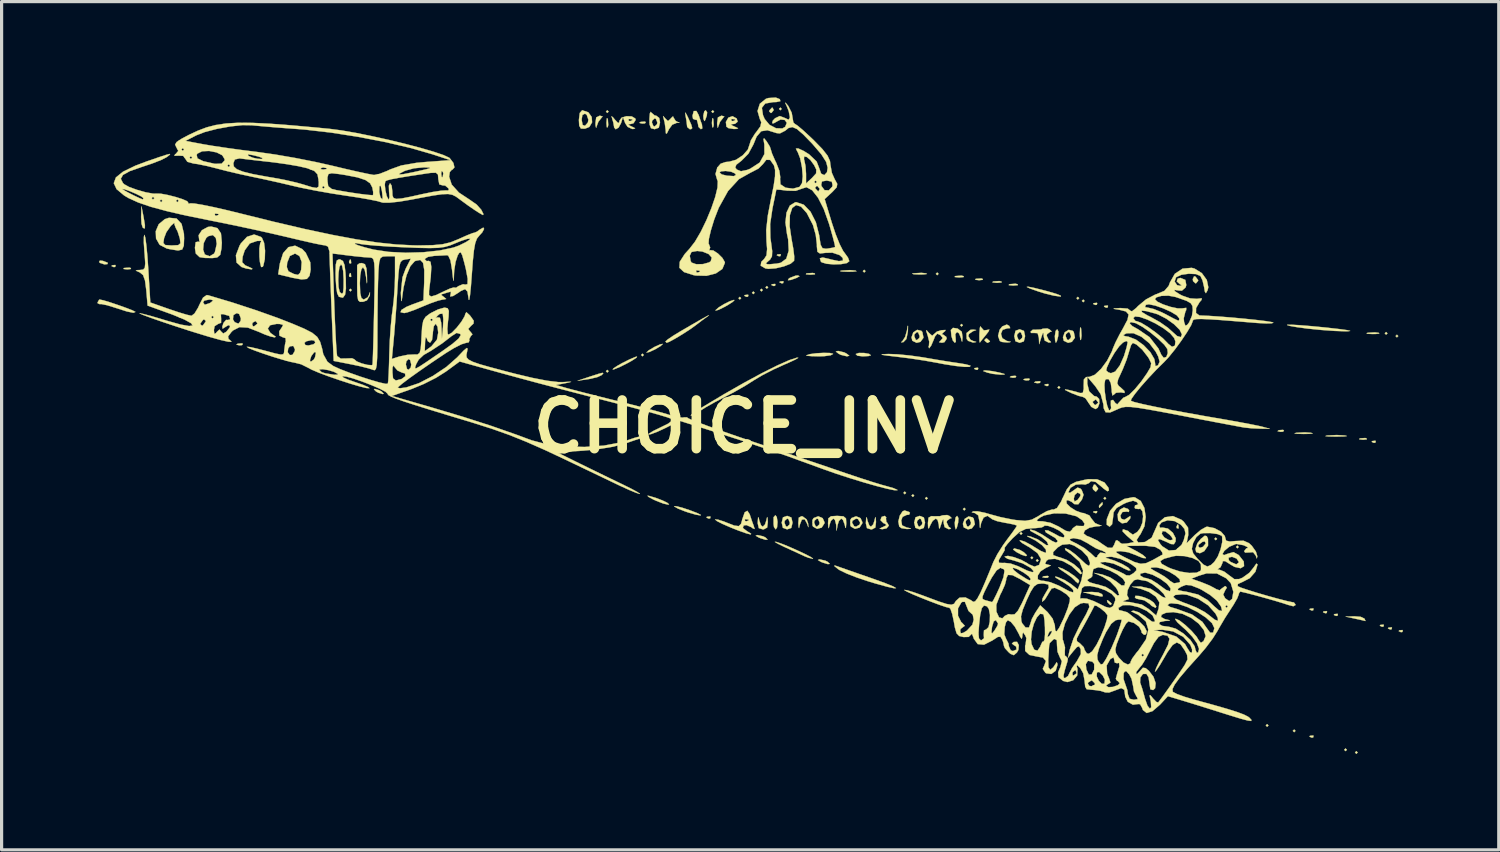
<source format=kicad_pcb>
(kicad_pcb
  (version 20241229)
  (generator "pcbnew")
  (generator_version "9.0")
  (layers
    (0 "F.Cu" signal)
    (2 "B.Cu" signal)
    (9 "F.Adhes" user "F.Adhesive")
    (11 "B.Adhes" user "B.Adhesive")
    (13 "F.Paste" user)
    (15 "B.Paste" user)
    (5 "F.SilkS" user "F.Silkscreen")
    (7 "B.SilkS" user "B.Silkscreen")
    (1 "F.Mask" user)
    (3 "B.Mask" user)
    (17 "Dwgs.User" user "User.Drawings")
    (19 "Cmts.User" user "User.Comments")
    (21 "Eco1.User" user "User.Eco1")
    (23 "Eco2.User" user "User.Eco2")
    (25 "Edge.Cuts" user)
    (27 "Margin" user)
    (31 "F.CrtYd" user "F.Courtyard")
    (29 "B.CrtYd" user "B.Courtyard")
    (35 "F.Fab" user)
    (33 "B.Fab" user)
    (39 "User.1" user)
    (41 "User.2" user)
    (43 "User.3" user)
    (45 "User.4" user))
  (footprint "CHOICE_INV"
    (layer "F.Cu")
    (at 20.24 10.308)
    (property "Reference" "CHOICE_INV" (at 0 0 0) (layer "F.SilkS") (effects (font (size 1.524 1.524) (thickness 0.3))))
    (attr through_hole)
    (fp_poly (pts (xy -3.784 -9.687) (xy -3.788 -9.686) (xy -3.786 -9.692) (xy -3.784 -9.687)) (stroke (width 0.01) (type solid)) (fill yes) (layer "F.SilkS"))
    (fp_poly (pts (xy 10.757 -1.555) (xy 10.753 -1.554) (xy 10.753 -1.56) (xy 10.757 -1.555)) (stroke (width 0.01) (type solid)) (fill yes) (layer "F.SilkS"))
    (fp_poly (pts (xy -12.277 -4.276) (xy -12.319 -4.233) (xy -12.361 -4.276) (xy -12.319 -4.318) (xy -12.277 -4.276)) (stroke (width 0.01) (type solid)) (fill yes) (layer "F.SilkS"))
    (fp_poly (pts (xy -4.233 -9.864) (xy -4.276 -9.821) (xy -4.318 -9.864) (xy -4.276 -9.906) (xy -4.233 -9.864)) (stroke (width 0.01) (type solid)) (fill yes) (layer "F.SilkS"))
    (fp_poly (pts (xy -4.233 -1.736) (xy -4.276 -1.693) (xy -4.318 -1.736) (xy -4.276 -1.778) (xy -4.233 -1.736)) (stroke (width 0.01) (type solid)) (fill yes) (layer "F.SilkS"))
    (fp_poly (pts (xy -3.133 -2.244) (xy -3.175 -2.201) (xy -3.217 -2.244) (xy -3.175 -2.286) (xy -3.133 -2.244)) (stroke (width 0.01) (type solid)) (fill yes) (layer "F.SilkS"))
    (fp_poly (pts (xy -0.931 -9.864) (xy -0.974 -9.821) (xy -1.016 -9.864) (xy -0.974 -9.906) (xy -0.931 -9.864)) (stroke (width 0.01) (type solid)) (fill yes) (layer "F.SilkS"))
    (fp_poly (pts (xy -0.085 -4.022) (xy -0.127 -3.979) (xy -0.169 -4.022) (xy -0.127 -4.064) (xy -0.085 -4.022)) (stroke (width 0.01) (type solid)) (fill yes) (layer "F.SilkS"))
    (fp_poly (pts (xy 0.339 -4.191) (xy 0.296 -4.149) (xy 0.254 -4.191) (xy 0.296 -4.233) (xy 0.339 -4.191)) (stroke (width 0.01) (type solid)) (fill yes) (layer "F.SilkS"))
    (fp_poly (pts (xy 0.593 -4.276) (xy 0.55 -4.233) (xy 0.508 -4.276) (xy 0.55 -4.318) (xy 0.593 -4.276)) (stroke (width 0.01) (type solid)) (fill yes) (layer "F.SilkS"))
    (fp_poly (pts (xy 0.762 -4.36) (xy 0.72 -4.318) (xy 0.677 -4.36) (xy 0.72 -4.403) (xy 0.762 -4.36)) (stroke (width 0.01) (type solid)) (fill yes) (layer "F.SilkS"))
    (fp_poly (pts (xy 1.185 -9.948) (xy 1.143 -9.906) (xy 1.101 -9.948) (xy 1.143 -9.991) (xy 1.185 -9.948)) (stroke (width 0.01) (type solid)) (fill yes) (layer "F.SilkS"))
    (fp_poly (pts (xy 3.81 -4.868) (xy 3.768 -4.826) (xy 3.725 -4.868) (xy 3.768 -4.911) (xy 3.81 -4.868)) (stroke (width 0.01) (type solid)) (fill yes) (layer "F.SilkS"))
    (fp_poly (pts (xy 5.08 2.074) (xy 5.038 2.117) (xy 4.995 2.074) (xy 5.038 2.032) (xy 5.08 2.074)) (stroke (width 0.01) (type solid)) (fill yes) (layer "F.SilkS"))
    (fp_poly (pts (xy 5.334 2.159) (xy 5.292 2.201) (xy 5.249 2.159) (xy 5.292 2.117) (xy 5.334 2.159)) (stroke (width 0.01) (type solid)) (fill yes) (layer "F.SilkS"))
    (fp_poly (pts (xy 5.757 2.244) (xy 5.715 2.286) (xy 5.673 2.244) (xy 5.715 2.201) (xy 5.757 2.244)) (stroke (width 0.01) (type solid)) (fill yes) (layer "F.SilkS"))
    (fp_poly (pts (xy 6.096 -4.784) (xy 6.054 -4.741) (xy 6.011 -4.784) (xy 6.054 -4.826) (xy 6.096 -4.784)) (stroke (width 0.01) (type solid)) (fill yes) (layer "F.SilkS"))
    (fp_poly (pts (xy 6.858 -3.175) (xy 6.816 -3.133) (xy 6.773 -3.175) (xy 6.816 -3.217) (xy 6.858 -3.175)) (stroke (width 0.01) (type solid)) (fill yes) (layer "F.SilkS"))
    (fp_poly (pts (xy 6.943 2.582) (xy 6.9 2.625) (xy 6.858 2.582) (xy 6.9 2.54) (xy 6.943 2.582)) (stroke (width 0.01) (type solid)) (fill yes) (layer "F.SilkS"))
    (fp_poly (pts (xy 8.721 3.344) (xy 8.678 3.387) (xy 8.636 3.344) (xy 8.678 3.302) (xy 8.721 3.344)) (stroke (width 0.01) (type solid)) (fill yes) (layer "F.SilkS"))
    (fp_poly (pts (xy 9.059 4.106) (xy 9.017 4.149) (xy 8.975 4.106) (xy 9.017 4.064) (xy 9.059 4.106)) (stroke (width 0.01) (type solid)) (fill yes) (layer "F.SilkS"))
    (fp_poly (pts (xy 9.229 4.191) (xy 9.186 4.233) (xy 9.144 4.191) (xy 9.186 4.149) (xy 9.229 4.191)) (stroke (width 0.01) (type solid)) (fill yes) (layer "F.SilkS"))
    (fp_poly (pts (xy 9.906 -1.228) (xy 9.864 -1.185) (xy 9.821 -1.228) (xy 9.864 -1.27) (xy 9.906 -1.228)) (stroke (width 0.01) (type solid)) (fill yes) (layer "F.SilkS"))
    (fp_poly (pts (xy 10.499 -4.022) (xy 10.456 -3.979) (xy 10.414 -4.022) (xy 10.456 -4.064) (xy 10.499 -4.022)) (stroke (width 0.01) (type solid)) (fill yes) (layer "F.SilkS"))
    (fp_poly (pts (xy 10.668 -3.937) (xy 10.626 -3.895) (xy 10.583 -3.937) (xy 10.626 -3.979) (xy 10.668 -3.937)) (stroke (width 0.01) (type solid)) (fill yes) (layer "F.SilkS"))
    (fp_poly (pts (xy 11.345 2.244) (xy 11.303 2.286) (xy 11.261 2.244) (xy 11.303 2.201) (xy 11.345 2.244)) (stroke (width 0.01) (type solid)) (fill yes) (layer "F.SilkS"))
    (fp_poly (pts (xy 14.817 3.514) (xy 14.774 3.556) (xy 14.732 3.514) (xy 14.774 3.471) (xy 14.817 3.514)) (stroke (width 0.01) (type solid)) (fill yes) (layer "F.SilkS"))
    (fp_poly (pts (xy 15.494 3.768) (xy 15.452 3.81) (xy 15.409 3.768) (xy 15.452 3.725) (xy 15.494 3.768)) (stroke (width 0.01) (type solid)) (fill yes) (layer "F.SilkS"))
    (fp_poly (pts (xy 16.425 9.356) (xy 16.383 9.398) (xy 16.341 9.356) (xy 16.383 9.313) (xy 16.425 9.356)) (stroke (width 0.01) (type solid)) (fill yes) (layer "F.SilkS"))
    (fp_poly (pts (xy 17.272 9.525) (xy 17.23 9.567) (xy 17.187 9.525) (xy 17.23 9.483) (xy 17.272 9.525)) (stroke (width 0.01) (type solid)) (fill yes) (layer "F.SilkS"))
    (fp_poly (pts (xy 18.881 10.118) (xy 18.838 10.16) (xy 18.796 10.118) (xy 18.838 10.075) (xy 18.881 10.118)) (stroke (width 0.01) (type solid)) (fill yes) (layer "F.SilkS"))
    (fp_poly (pts (xy 19.219 10.202) (xy 19.177 10.245) (xy 19.135 10.202) (xy 19.177 10.16) (xy 19.219 10.202)) (stroke (width 0.01) (type solid)) (fill yes) (layer "F.SilkS"))
    (fp_poly (pts (xy 20.151 -2.921) (xy 20.108 -2.879) (xy 20.066 -2.921) (xy 20.108 -2.963) (xy 20.151 -2.921)) (stroke (width 0.01) (type solid)) (fill yes) (layer "F.SilkS"))
    (fp_poly (pts (xy 20.489 -2.836) (xy 20.447 -2.794) (xy 20.405 -2.836) (xy 20.447 -2.879) (xy 20.489 -2.836)) (stroke (width 0.01) (type solid)) (fill yes) (layer "F.SilkS"))
    (fp_poly (pts (xy -19.671 -5.052) (xy -19.683 -5.001) (xy -19.727 -4.995) (xy -19.797 -5.026) (xy -19.784 -5.052) (xy -19.683 -5.062) (xy -19.671 -5.052)) (stroke (width 0.01) (type solid)) (fill yes) (layer "F.SilkS"))
    (fp_poly (pts (xy -19.198 -4.967) (xy -19.188 -4.936) (xy -19.304 -4.924) (xy -19.424 -4.937) (xy -19.41 -4.967) (xy -19.236 -4.978) (xy -19.198 -4.967)) (stroke (width 0.01) (type solid)) (fill yes) (layer "F.SilkS"))
    (fp_poly (pts (xy -15.686 -2.591) (xy -15.712 -2.553) (xy -15.797 -2.547) (xy -15.888 -2.567) (xy -15.849 -2.598) (xy -15.716 -2.608) (xy -15.686 -2.591)) (stroke (width 0.01) (type solid)) (fill yes) (layer "F.SilkS"))
    (fp_poly (pts (xy -12.305 -5.221) (xy -12.295 -5.121) (xy -12.305 -5.108) (xy -12.355 -5.12) (xy -12.361 -5.165) (xy -12.33 -5.234) (xy -12.305 -5.221)) (stroke (width 0.01) (type solid)) (fill yes) (layer "F.SilkS"))
    (fp_poly (pts (xy -12.305 -4.798) (xy -12.295 -4.697) (xy -12.305 -4.685) (xy -12.355 -4.697) (xy -12.361 -4.741) (xy -12.33 -4.811) (xy -12.305 -4.798)) (stroke (width 0.01) (type solid)) (fill yes) (layer "F.SilkS"))
    (fp_poly (pts (xy -3.071 -9.534) (xy -3.096 -9.495) (xy -3.182 -9.489) (xy -3.272 -9.51) (xy -3.233 -9.541) (xy -3.101 -9.551) (xy -3.071 -9.534)) (stroke (width 0.01) (type solid)) (fill yes) (layer "F.SilkS"))
    (fp_poly (pts (xy -1.044 2.822) (xy -1.056 2.873) (xy -1.101 2.879) (xy -1.17 2.848) (xy -1.157 2.822) (xy -1.057 2.812) (xy -1.044 2.822)) (stroke (width 0.01) (type solid)) (fill yes) (layer "F.SilkS"))
    (fp_poly (pts (xy 0.141 -4.12) (xy 0.129 -4.07) (xy 0.085 -4.064) (xy 0.015 -4.095) (xy 0.028 -4.12) (xy 0.129 -4.131) (xy 0.141 -4.12)) (stroke (width 0.01) (type solid)) (fill yes) (layer "F.SilkS"))
    (fp_poly (pts (xy 0.988 -4.459) (xy 0.976 -4.409) (xy 0.931 -4.403) (xy 0.862 -4.434) (xy 0.875 -4.459) (xy 0.975 -4.469) (xy 0.988 -4.459)) (stroke (width 0.01) (type solid)) (fill yes) (layer "F.SilkS"))
    (fp_poly (pts (xy 1.157 -5.39) (xy 1.145 -5.34) (xy 1.101 -5.334) (xy 1.031 -5.365) (xy 1.044 -5.39) (xy 1.145 -5.401) (xy 1.157 -5.39)) (stroke (width 0.01) (type solid)) (fill yes) (layer "F.SilkS"))
    (fp_poly (pts (xy 1.242 -4.544) (xy 1.23 -4.493) (xy 1.185 -4.487) (xy 1.116 -4.518) (xy 1.129 -4.544) (xy 1.229 -4.554) (xy 1.242 -4.544)) (stroke (width 0.01) (type solid)) (fill yes) (layer "F.SilkS"))
    (fp_poly (pts (xy 7.338 -1.834) (xy 7.326 -1.784) (xy 7.281 -1.778) (xy 7.212 -1.809) (xy 7.225 -1.834) (xy 7.325 -1.845) (xy 7.338 -1.834)) (stroke (width 0.01) (type solid)) (fill yes) (layer "F.SilkS"))
    (fp_poly (pts (xy 7.472 -4.628) (xy 7.482 -4.597) (xy 7.366 -4.585) (xy 7.246 -4.599) (xy 7.26 -4.628) (xy 7.434 -4.639) (xy 7.472 -4.628)) (stroke (width 0.01) (type solid)) (fill yes) (layer "F.SilkS"))
    (fp_poly (pts (xy 8.528 -1.575) (xy 8.503 -1.537) (xy 8.417 -1.531) (xy 8.327 -1.551) (xy 8.366 -1.582) (xy 8.498 -1.592) (xy 8.528 -1.575)) (stroke (width 0.01) (type solid)) (fill yes) (layer "F.SilkS"))
    (fp_poly (pts (xy 8.952 -1.49) (xy 8.926 -1.452) (xy 8.841 -1.446) (xy 8.75 -1.467) (xy 8.789 -1.497) (xy 8.922 -1.507) (xy 8.952 -1.49)) (stroke (width 0.01) (type solid)) (fill yes) (layer "F.SilkS"))
    (fp_poly (pts (xy 9.29 -1.406) (xy 9.265 -1.367) (xy 9.179 -1.361) (xy 9.089 -1.382) (xy 9.128 -1.413) (xy 9.26 -1.423) (xy 9.29 -1.406)) (stroke (width 0.01) (type solid)) (fill yes) (layer "F.SilkS"))
    (fp_poly (pts (xy 9.539 -1.326) (xy 9.527 -1.276) (xy 9.483 -1.27) (xy 9.413 -1.301) (xy 9.426 -1.326) (xy 9.527 -1.337) (xy 9.539 -1.326)) (stroke (width 0.01) (type solid)) (fill yes) (layer "F.SilkS"))
    (fp_poly (pts (xy 9.544 4.69) (xy 9.519 4.729) (xy 9.433 4.735) (xy 9.343 4.714) (xy 9.382 4.683) (xy 9.514 4.673) (xy 9.544 4.69)) (stroke (width 0.01) (type solid)) (fill yes) (layer "F.SilkS"))
    (fp_poly (pts (xy 11.063 -3.866) (xy 11.051 -3.816) (xy 11.007 -3.81) (xy 10.937 -3.841) (xy 10.95 -3.866) (xy 11.051 -3.877) (xy 11.063 -3.866)) (stroke (width 0.01) (type solid)) (fill yes) (layer "F.SilkS"))
    (fp_poly (pts (xy 11.063 2.653) (xy 11.051 2.703) (xy 11.007 2.709) (xy 10.937 2.678) (xy 10.95 2.653) (xy 11.051 2.643) (xy 11.063 2.653)) (stroke (width 0.01) (type solid)) (fill yes) (layer "F.SilkS"))
    (fp_poly (pts (xy 11.402 -3.782) (xy 11.39 -3.731) (xy 11.345 -3.725) (xy 11.276 -3.756) (xy 11.289 -3.782) (xy 11.389 -3.792) (xy 11.402 -3.782)) (stroke (width 0.01) (type solid)) (fill yes) (layer "F.SilkS"))
    (fp_poly (pts (xy 13.603 3.076) (xy 13.613 3.177) (xy 13.603 3.189) (xy 13.553 3.177) (xy 13.547 3.133) (xy 13.578 3.063) (xy 13.603 3.076)) (stroke (width 0.01) (type solid)) (fill yes) (layer "F.SilkS"))
    (fp_poly (pts (xy 16.91 0.118) (xy 16.885 0.157) (xy 16.799 0.163) (xy 16.709 0.142) (xy 16.748 0.111) (xy 16.88 0.101) (xy 16.91 0.118)) (stroke (width 0.01) (type solid)) (fill yes) (layer "F.SilkS"))
    (fp_poly (pts (xy 17.836 5.701) (xy 17.825 5.751) (xy 17.78 5.757) (xy 17.71 5.726) (xy 17.724 5.701) (xy 17.824 5.691) (xy 17.836 5.701)) (stroke (width 0.01) (type solid)) (fill yes) (layer "F.SilkS"))
    (fp_poly (pts (xy 17.836 9.68) (xy 17.825 9.731) (xy 17.78 9.737) (xy 17.71 9.706) (xy 17.724 9.68) (xy 17.824 9.67) (xy 17.836 9.68)) (stroke (width 0.01) (type solid)) (fill yes) (layer "F.SilkS"))
    (fp_poly (pts (xy 18.26 5.786) (xy 18.248 5.836) (xy 18.203 5.842) (xy 18.134 5.811) (xy 18.147 5.786) (xy 18.247 5.775) (xy 18.26 5.786)) (stroke (width 0.01) (type solid)) (fill yes) (layer "F.SilkS"))
    (fp_poly (pts (xy 18.598 5.87) (xy 18.587 5.921) (xy 18.542 5.927) (xy 18.472 5.896) (xy 18.486 5.87) (xy 18.586 5.86) (xy 18.598 5.87)) (stroke (width 0.01) (type solid)) (fill yes) (layer "F.SilkS"))
    (fp_poly (pts (xy 19.494 0.367) (xy 19.505 0.398) (xy 19.389 0.41) (xy 19.268 0.397) (xy 19.283 0.367) (xy 19.456 0.356) (xy 19.494 0.367)) (stroke (width 0.01) (type solid)) (fill yes) (layer "F.SilkS"))
    (fp_poly (pts (xy 19.784 0.452) (xy 19.772 0.502) (xy 19.727 0.508) (xy 19.658 0.477) (xy 19.671 0.452) (xy 19.771 0.441) (xy 19.784 0.452)) (stroke (width 0.01) (type solid)) (fill yes) (layer "F.SilkS"))
    (fp_poly (pts (xy 20.038 6.209) (xy 20.026 6.259) (xy 19.981 6.265) (xy 19.912 6.234) (xy 19.925 6.209) (xy 20.025 6.199) (xy 20.038 6.209)) (stroke (width 0.01) (type solid)) (fill yes) (layer "F.SilkS"))
    (fp_poly (pts (xy 20.292 6.294) (xy 20.28 6.344) (xy 20.235 6.35) (xy 20.166 6.319) (xy 20.179 6.294) (xy 20.279 6.283) (xy 20.292 6.294)) (stroke (width 0.01) (type solid)) (fill yes) (layer "F.SilkS"))
    (fp_poly (pts (xy 20.63 6.378) (xy 20.619 6.429) (xy 20.574 6.435) (xy 20.504 6.404) (xy 20.518 6.378) (xy 20.618 6.368) (xy 20.63 6.378)) (stroke (width 0.01) (type solid)) (fill yes) (layer "F.SilkS"))
    (fp_poly (pts (xy -20.066 -5.189) (xy -19.919 -5.133) (xy -19.921 -5.091) (xy -20.019 -5.08) (xy -20.159 -5.126) (xy -20.188 -5.157) (xy -20.161 -5.2) (xy -20.066 -5.189)) (stroke (width 0.01) (type solid)) (fill yes) (layer "F.SilkS"))
    (fp_poly (pts (xy 11.417 5.453) (xy 11.507 5.532) (xy 11.515 5.551) (xy 11.474 5.585) (xy 11.391 5.507) (xy 11.38 5.49) (xy 11.37 5.432) (xy 11.417 5.453)) (stroke (width 0.01) (type solid)) (fill yes) (layer "F.SilkS"))
    (fp_poly (pts (xy -11.418 -1.141) (xy -11.345 -1.101) (xy -11.278 -1.034) (xy -11.303 -1.019) (xy -11.442 -1.061) (xy -11.515 -1.101) (xy -11.582 -1.168) (xy -11.557 -1.183) (xy -11.418 -1.141)) (stroke (width 0.01) (type solid)) (fill yes) (layer "F.SilkS"))
    (fp_poly (pts (xy -4.264 -9.644) (xy -4.259 -9.629) (xy -4.247 -9.445) (xy -4.262 -9.375) (xy -4.29 -9.372) (xy -4.302 -9.505) (xy -4.301 -9.525) (xy -4.289 -9.656) (xy -4.264 -9.644)) (stroke (width 0.01) (type solid)) (fill yes) (layer "F.SilkS"))
    (fp_poly (pts (xy -1.15 -9.839) (xy -1.161 -9.737) (xy -1.21 -9.6) (xy -1.238 -9.567) (xy -1.264 -9.639) (xy -1.27 -9.737) (xy -1.238 -9.874) (xy -1.193 -9.906) (xy -1.15 -9.839)) (stroke (width 0.01) (type solid)) (fill yes) (layer "F.SilkS"))
    (fp_poly (pts (xy -0.962 -9.644) (xy -0.957 -9.629) (xy -0.945 -9.445) (xy -0.96 -9.375) (xy -0.988 -9.372) (xy -1 -9.505) (xy -0.999 -9.525) (xy -0.987 -9.656) (xy -0.962 -9.644)) (stroke (width 0.01) (type solid)) (fill yes) (layer "F.SilkS"))
    (fp_poly (pts (xy 0.604 3.434) (xy 0.677 3.471) (xy 0.744 3.535) (xy 0.682 3.543) (xy 0.525 3.495) (xy 0.466 3.471) (xy 0.37 3.414) (xy 0.423 3.394) (xy 0.604 3.434)) (stroke (width 0.01) (type solid)) (fill yes) (layer "F.SilkS"))
    (fp_poly (pts (xy 0.93 -9.925) (xy 0.931 -9.906) (xy 0.866 -9.825) (xy 0.842 -9.821) (xy 0.791 -9.873) (xy 0.804 -9.906) (xy 0.88 -9.987) (xy 0.894 -9.991) (xy 0.93 -9.925)) (stroke (width 0.01) (type solid)) (fill yes) (layer "F.SilkS"))
    (fp_poly (pts (xy 1.031 2.83) (xy 1.054 2.985) (xy 1.04 3.153) (xy 0.998 3.217) (xy 0.944 3.146) (xy 0.931 3.048) (xy 0.931 2.836) (xy 0.987 2.773) (xy 1.031 2.83)) (stroke (width 0.01) (type solid)) (fill yes) (layer "F.SilkS"))
    (fp_poly (pts (xy 1.744 -4.71) (xy 1.651 -4.657) (xy 1.471 -4.593) (xy 1.379 -4.585) (xy 1.405 -4.633) (xy 1.439 -4.657) (xy 1.62 -4.727) (xy 1.693 -4.734) (xy 1.744 -4.71)) (stroke (width 0.01) (type solid)) (fill yes) (layer "F.SilkS"))
    (fp_poly (pts (xy 2.224 -4.797) (xy 2.227 -4.769) (xy 2.094 -4.758) (xy 2.074 -4.758) (xy 1.943 -4.77) (xy 1.956 -4.796) (xy 1.97 -4.8) (xy 2.155 -4.812) (xy 2.224 -4.797)) (stroke (width 0.01) (type solid)) (fill yes) (layer "F.SilkS"))
    (fp_poly (pts (xy 2.551 4.196) (xy 2.625 4.233) (xy 2.691 4.297) (xy 2.63 4.305) (xy 2.472 4.257) (xy 2.413 4.233) (xy 2.318 4.176) (xy 2.371 4.156) (xy 2.551 4.196)) (stroke (width 0.01) (type solid)) (fill yes) (layer "F.SilkS"))
    (fp_poly (pts (xy 3.494 -4.886) (xy 3.528 -4.866) (xy 3.417 -4.853) (xy 3.26 -4.85) (xy 3.068 -4.857) (xy 3.011 -4.872) (xy 3.07 -4.887) (xy 3.321 -4.901) (xy 3.494 -4.886)) (stroke (width 0.01) (type solid)) (fill yes) (layer "F.SilkS"))
    (fp_poly (pts (xy 5.694 -4.801) (xy 5.734 -4.78) (xy 5.628 -4.767) (xy 5.503 -4.764) (xy 5.32 -4.771) (xy 5.27 -4.788) (xy 5.313 -4.801) (xy 5.56 -4.815) (xy 5.694 -4.801)) (stroke (width 0.01) (type solid)) (fill yes) (layer "F.SilkS"))
    (fp_poly (pts (xy 6.718 2.864) (xy 6.709 3.006) (xy 6.668 3.164) (xy 6.636 3.217) (xy 6.612 3.145) (xy 6.604 3.006) (xy 6.629 2.846) (xy 6.677 2.794) (xy 6.718 2.864)) (stroke (width 0.01) (type solid)) (fill yes) (layer "F.SilkS"))
    (fp_poly (pts (xy 6.881 -4.712) (xy 6.884 -4.684) (xy 6.751 -4.673) (xy 6.731 -4.673) (xy 6.6 -4.685) (xy 6.612 -4.711) (xy 6.627 -4.715) (xy 6.811 -4.728) (xy 6.881 -4.712)) (stroke (width 0.01) (type solid)) (fill yes) (layer "F.SilkS"))
    (fp_poly (pts (xy 7.62 -2.752) (xy 7.701 -2.676) (xy 7.705 -2.662) (xy 7.639 -2.626) (xy 7.62 -2.625) (xy 7.539 -2.69) (xy 7.535 -2.714) (xy 7.587 -2.765) (xy 7.62 -2.752)) (stroke (width 0.01) (type solid)) (fill yes) (layer "F.SilkS"))
    (fp_poly (pts (xy 8.066 -4.543) (xy 8.069 -4.515) (xy 7.936 -4.504) (xy 7.916 -4.504) (xy 7.785 -4.516) (xy 7.798 -4.542) (xy 7.812 -4.546) (xy 7.997 -4.558) (xy 8.066 -4.543)) (stroke (width 0.01) (type solid)) (fill yes) (layer "F.SilkS"))
    (fp_poly (pts (xy 8.574 -4.458) (xy 8.577 -4.43) (xy 8.444 -4.419) (xy 8.424 -4.419) (xy 8.293 -4.431) (xy 8.306 -4.457) (xy 8.32 -4.461) (xy 8.505 -4.474) (xy 8.574 -4.458)) (stroke (width 0.01) (type solid)) (fill yes) (layer "F.SilkS"))
    (fp_poly (pts (xy 9.85 -2.978) (xy 9.842 -2.836) (xy 9.801 -2.678) (xy 9.769 -2.625) (xy 9.745 -2.697) (xy 9.737 -2.836) (xy 9.762 -2.996) (xy 9.81 -3.048) (xy 9.85 -2.978)) (stroke (width 0.01) (type solid)) (fill yes) (layer "F.SilkS"))
    (fp_poly (pts (xy 10.559 -3.068) (xy 10.572 -2.848) (xy 10.557 -2.73) (xy 10.534 -2.71) (xy 10.521 -2.831) (xy 10.52 -2.921) (xy 10.528 -3.085) (xy 10.547 -3.11) (xy 10.559 -3.068)) (stroke (width 0.01) (type solid)) (fill yes) (layer "F.SilkS"))
    (fp_poly (pts (xy 11.007 1.82) (xy 11.088 1.929) (xy 11.091 1.952) (xy 11.027 2.03) (xy 11.007 2.032) (xy 10.932 1.963) (xy 10.922 1.9) (xy 10.963 1.812) (xy 11.007 1.82)) (stroke (width 0.01) (type solid)) (fill yes) (layer "F.SilkS"))
    (fp_poly (pts (xy 11.234 2.425) (xy 11.218 2.455) (xy 11.139 2.536) (xy 11.124 2.54) (xy 11.118 2.485) (xy 11.134 2.455) (xy 11.213 2.374) (xy 11.228 2.371) (xy 11.234 2.425)) (stroke (width 0.01) (type solid)) (fill yes) (layer "F.SilkS"))
    (fp_poly (pts (xy 14.139 -4.699) (xy 14.221 -4.591) (xy 14.224 -4.567) (xy 14.159 -4.49) (xy 14.139 -4.487) (xy 14.065 -4.556) (xy 14.055 -4.619) (xy 14.096 -4.707) (xy 14.139 -4.699)) (stroke (width 0.01) (type solid)) (fill yes) (layer "F.SilkS"))
    (fp_poly (pts (xy 17.759 0.193) (xy 17.811 0.212) (xy 17.715 0.225) (xy 17.526 0.229) (xy 17.317 0.223) (xy 17.239 0.21) (xy 17.293 0.193) (xy 17.567 0.179) (xy 17.759 0.193)) (stroke (width 0.01) (type solid)) (fill yes) (layer "F.SilkS"))
    (fp_poly (pts (xy 19.876 -2.937) (xy 19.896 -2.914) (xy 19.775 -2.901) (xy 19.685 -2.9) (xy 19.521 -2.908) (xy 19.496 -2.927) (xy 19.538 -2.939) (xy 19.758 -2.952) (xy 19.876 -2.937)) (stroke (width 0.01) (type solid)) (fill yes) (layer "F.SilkS"))
    (fp_poly (pts (xy -18.795 -6.562) (xy -18.753 -6.314) (xy -18.755 -6.207) (xy -18.802 -6.217) (xy -18.824 -6.237) (xy -18.859 -6.352) (xy -18.872 -6.561) (xy -18.871 -6.597) (xy -18.861 -6.9) (xy -18.795 -6.562)) (stroke (width 0.01) (type solid)) (fill yes) (layer "F.SilkS"))
    (fp_poly (pts (xy -4.401 -1.67) (xy -4.449 -1.615) (xy -4.579 -1.554) (xy -4.803 -1.498) (xy -4.868 -1.487) (xy -5.207 -1.437) (xy -4.826 -1.564) (xy -4.56 -1.65) (xy -4.427 -1.685) (xy -4.401 -1.67)) (stroke (width 0.01) (type solid)) (fill yes) (layer "F.SilkS"))
    (fp_poly (pts (xy 8.64 3.859) (xy 8.768 3.934) (xy 8.864 4.028) (xy 8.832 4.054) (xy 8.698 4.012) (xy 8.551 3.937) (xy 8.43 3.849) (xy 8.463 3.813) (xy 8.472 3.813) (xy 8.64 3.859)) (stroke (width 0.01) (type solid)) (fill yes) (layer "F.SilkS"))
    (fp_poly (pts (xy 11.099 5.192) (xy 11.217 5.247) (xy 11.218 5.249) (xy 11.241 5.306) (xy 11.188 5.318) (xy 11.024 5.285) (xy 10.88 5.249) (xy 10.626 5.185) (xy 10.896 5.175) (xy 11.099 5.192)) (stroke (width 0.01) (type solid)) (fill yes) (layer "F.SilkS"))
    (fp_poly (pts (xy -4.508 -9.735) (xy -4.421 -9.712) (xy -4.456 -9.672) (xy -4.556 -9.544) (xy -4.595 -9.44) (xy -4.626 -9.355) (xy -4.643 -9.427) (xy -4.647 -9.504) (xy -4.622 -9.682) (xy -4.512 -9.735) (xy -4.508 -9.735)) (stroke (width 0.01) (type solid)) (fill yes) (layer "F.SilkS"))
    (fp_poly (pts (xy -0.699 -9.735) (xy -0.611 -9.712) (xy -0.646 -9.672) (xy -0.746 -9.544) (xy -0.785 -9.44) (xy -0.816 -9.355) (xy -0.833 -9.427) (xy -0.837 -9.504) (xy -0.812 -9.682) (xy -0.702 -9.735) (xy -0.699 -9.735)) (stroke (width 0.01) (type solid)) (fill yes) (layer "F.SilkS"))
    (fp_poly (pts (xy 3.145 -2.324) (xy 3.217 -2.286) (xy 3.302 -2.22) (xy 3.239 -2.204) (xy 3.217 -2.204) (xy 3.036 -2.248) (xy 2.963 -2.286) (xy 2.879 -2.352) (xy 2.942 -2.368) (xy 2.963 -2.368) (xy 3.145 -2.324)) (stroke (width 0.01) (type solid)) (fill yes) (layer "F.SilkS"))
    (fp_poly (pts (xy 3.766 -2.306) (xy 3.92 -2.278) (xy 3.979 -2.234) (xy 3.905 -2.211) (xy 3.727 -2.201) (xy 3.72 -2.201) (xy 3.555 -2.221) (xy 3.504 -2.27) (xy 3.507 -2.275) (xy 3.601 -2.307) (xy 3.766 -2.306)) (stroke (width 0.01) (type solid)) (fill yes) (layer "F.SilkS"))
    (fp_poly (pts (xy 5.14 -3.152) (xy 5.135 -2.983) (xy 5.134 -2.97) (xy 5.089 -2.744) (xy 4.995 -2.646) (xy 4.923 -2.641) (xy 4.967 -2.682) (xy 5.05 -2.811) (xy 5.105 -3.006) (xy 5.132 -3.158) (xy 5.14 -3.152)) (stroke (width 0.01) (type solid)) (fill yes) (layer "F.SilkS"))
    (fp_poly (pts (xy 7.784 -1.737) (xy 8.001 -1.693) (xy 8.16 -1.649) (xy 8.161 -1.631) (xy 8.043 -1.627) (xy 7.789 -1.653) (xy 7.62 -1.693) (xy 7.493 -1.741) (xy 7.524 -1.759) (xy 7.578 -1.76) (xy 7.784 -1.737)) (stroke (width 0.01) (type solid)) (fill yes) (layer "F.SilkS"))
    (fp_poly (pts (xy 18.817 0.277) (xy 18.881 0.294) (xy 18.795 0.306) (xy 18.577 0.311) (xy 18.542 0.312) (xy 18.309 0.307) (xy 18.206 0.296) (xy 18.25 0.28) (xy 18.267 0.277) (xy 18.564 0.263) (xy 18.817 0.277)) (stroke (width 0.01) (type solid)) (fill yes) (layer "F.SilkS"))
    (fp_poly (pts (xy 19.311 5.954) (xy 19.429 6.009) (xy 19.431 6.011) (xy 19.463 6.083) (xy 19.457 6.085) (xy 19.365 6.062) (xy 19.174 6.02) (xy 19.135 6.011) (xy 18.838 5.949) (xy 19.109 5.938) (xy 19.311 5.954)) (stroke (width 0.01) (type solid)) (fill yes) (layer "F.SilkS"))
    (fp_poly (pts (xy -2.963 2.17) (xy -2.748 2.234) (xy -2.545 2.312) (xy -2.396 2.385) (xy -2.341 2.433) (xy -2.371 2.442) (xy -2.522 2.408) (xy -2.749 2.32) (xy -2.836 2.28) (xy -2.991 2.196) (xy -3.017 2.162) (xy -2.963 2.17)) (stroke (width 0.01) (type solid)) (fill yes) (layer "F.SilkS"))
    (fp_poly (pts (xy -1.799 -9.784) (xy -1.74 -9.663) (xy -1.645 -9.449) (xy -1.617 -9.347) (xy -1.65 -9.316) (xy -1.693 -9.313) (xy -1.773 -9.38) (xy -1.779 -9.419) (xy -1.797 -9.58) (xy -1.826 -9.737) (xy -1.839 -9.836) (xy -1.799 -9.784)) (stroke (width 0.01) (type solid)) (fill yes) (layer "F.SilkS"))
    (fp_poly (pts (xy -0.294 -3.963) (xy -0.343 -3.91) (xy -0.5 -3.808) (xy -0.6 -3.752) (xy -0.786 -3.66) (xy -0.882 -3.632) (xy -0.885 -3.648) (xy -0.788 -3.733) (xy -0.619 -3.837) (xy -0.44 -3.926) (xy -0.315 -3.967) (xy -0.294 -3.963)) (stroke (width 0.01) (type solid)) (fill yes) (layer "F.SilkS"))
    (fp_poly (pts (xy -3.362 -2.159) (xy -3.498 -2.07) (xy -3.641 -1.99) (xy -3.875 -1.872) (xy -4.053 -1.799) (xy -4.106 -1.786) (xy -4.089 -1.82) (xy -3.952 -1.91) (xy -3.81 -1.99) (xy -3.575 -2.107) (xy -3.398 -2.181) (xy -3.344 -2.194) (xy -3.362 -2.159)) (stroke (width 0.01) (type solid)) (fill yes) (layer "F.SilkS"))
    (fp_poly (pts (xy -2.54 -2.587) (xy -2.607 -2.523) (xy -2.771 -2.425) (xy -2.794 -2.413) (xy -2.963 -2.336) (xy -3.046 -2.32) (xy -3.048 -2.324) (xy -2.981 -2.387) (xy -2.817 -2.485) (xy -2.794 -2.498) (xy -2.625 -2.574) (xy -2.542 -2.591) (xy -2.54 -2.587)) (stroke (width 0.01) (type solid)) (fill yes) (layer "F.SilkS"))
    (fp_poly (pts (xy -2.088 2.497) (xy -1.887 2.552) (xy -1.687 2.619) (xy -1.465 2.704) (xy -1.348 2.763) (xy -1.355 2.781) (xy -1.509 2.754) (xy -1.746 2.686) (xy -1.847 2.651) (xy -2.056 2.569) (xy -2.17 2.506) (xy -2.179 2.489) (xy -2.088 2.497)) (stroke (width 0.01) (type solid)) (fill yes) (layer "F.SilkS"))
    (fp_poly (pts (xy 2.69 -2.306) (xy 2.79 -2.283) (xy 2.794 -2.276) (xy 2.718 -2.234) (xy 2.522 -2.207) (xy 2.357 -2.201) (xy 2.118 -2.207) (xy 1.975 -2.22) (xy 1.954 -2.232) (xy 2.066 -2.27) (xy 2.267 -2.297) (xy 2.495 -2.31) (xy 2.69 -2.306)) (stroke (width 0.01) (type solid)) (fill yes) (layer "F.SilkS"))
    (fp_poly (pts (xy -1.416 -9.758) (xy -1.345 -9.545) (xy -1.313 -9.461) (xy -1.301 -9.337) (xy -1.346 -9.313) (xy -1.421 -9.384) (xy -1.439 -9.488) (xy -1.472 -9.605) (xy -1.524 -9.61) (xy -1.591 -9.636) (xy -1.609 -9.732) (xy -1.569 -9.881) (xy -1.486 -9.884) (xy -1.416 -9.758)) (stroke (width 0.01) (type solid)) (fill yes) (layer "F.SilkS"))
    (fp_poly (pts (xy 9.084 -4.345) (xy 9.405 -4.265) (xy 9.525 -4.233) (xy 9.779 -4.158) (xy 9.921 -4.102) (xy 9.927 -4.075) (xy 9.906 -4.074) (xy 9.708 -4.101) (xy 9.427 -4.169) (xy 9.229 -4.23) (xy 8.964 -4.323) (xy 8.857 -4.374) (xy 8.899 -4.381) (xy 9.084 -4.345)) (stroke (width 0.01) (type solid)) (fill yes) (layer "F.SilkS"))
    (fp_poly (pts (xy 12.378 5.302) (xy 12.548 5.35) (xy 12.719 5.427) (xy 12.835 5.512) (xy 12.913 5.629) (xy 12.893 5.673) (xy 12.771 5.614) (xy 12.7 5.546) (xy 12.536 5.437) (xy 12.441 5.419) (xy 12.288 5.385) (xy 12.244 5.349) (xy 12.259 5.297) (xy 12.378 5.302)) (stroke (width 0.01) (type solid)) (fill yes) (layer "F.SilkS"))
    (fp_poly (pts (xy 1.841 2.81) (xy 1.967 2.906) (xy 2.011 3.028) (xy 2.021 3.148) (xy 2.001 3.106) (xy 1.984 3.048) (xy 1.904 2.899) (xy 1.815 2.912) (xy 1.753 3.069) (xy 1.726 3.177) (xy 1.712 3.129) (xy 1.705 3.021) (xy 1.72 2.849) (xy 1.806 2.805) (xy 1.841 2.81)) (stroke (width 0.01) (type solid)) (fill yes) (layer "F.SilkS"))
    (fp_poly (pts (xy 7.423 -3.116) (xy 7.513 -3.014) (xy 7.604 -3.025) (xy 7.686 -3.041) (xy 7.66 -2.976) (xy 7.579 -2.872) (xy 7.454 -2.718) (xy 7.388 -2.632) (xy 7.388 -2.632) (xy 7.376 -2.683) (xy 7.374 -2.854) (xy 7.376 -2.928) (xy 7.39 -3.1) (xy 7.413 -3.143) (xy 7.423 -3.116)) (stroke (width 0.01) (type solid)) (fill yes) (layer "F.SilkS"))
    (fp_poly (pts (xy 9.983 4.447) (xy 10.17 4.552) (xy 10.354 4.68) (xy 10.478 4.792) (xy 10.499 4.833) (xy 10.463 4.907) (xy 10.379 4.838) (xy 10.367 4.819) (xy 10.261 4.717) (xy 10.076 4.585) (xy 10.045 4.565) (xy 9.893 4.462) (xy 9.844 4.406) (xy 9.854 4.403) (xy 9.983 4.447)) (stroke (width 0.01) (type solid)) (fill yes) (layer "F.SilkS"))
    (fp_poly (pts (xy -3.846 -9.502) (xy -3.923 -9.363) (xy -4.012 -9.31) (xy -4.063 -9.367) (xy -4.064 -9.391) (xy -4.09 -9.531) (xy -4.118 -9.624) (xy -4.144 -9.72) (xy -4.098 -9.685) (xy -4.036 -9.61) (xy -3.936 -9.504) (xy -3.9 -9.533) (xy -3.897 -9.576) (xy -3.829 -9.673) (xy -3.788 -9.686) (xy -3.846 -9.502)) (stroke (width 0.01) (type solid)) (fill yes) (layer "F.SilkS"))
    (fp_poly (pts (xy 1.175 3.663) (xy 1.405 3.756) (xy 1.659 3.868) (xy 1.897 3.979) (xy 2.079 4.072) (xy 2.165 4.128) (xy 2.159 4.137) (xy 2.019 4.104) (xy 1.905 4.059) (xy 1.737 3.981) (xy 1.48 3.863) (xy 1.27 3.767) (xy 1.063 3.666) (xy 0.969 3.609) (xy 1.009 3.607) (xy 1.175 3.663)) (stroke (width 0.01) (type solid)) (fill yes) (layer "F.SilkS"))
    (fp_poly (pts (xy 7.276 -3.025) (xy 7.208 -2.998) (xy 7.176 -2.99) (xy 7.05 -2.903) (xy 7.027 -2.836) (xy 7.097 -2.721) (xy 7.176 -2.683) (xy 7.278 -2.651) (xy 7.215 -2.637) (xy 7.173 -2.634) (xy 7.021 -2.686) (xy 6.975 -2.748) (xy 6.971 -2.93) (xy 7.096 -3.031) (xy 7.18 -3.038) (xy 7.276 -3.025)) (stroke (width 0.01) (type solid)) (fill yes) (layer "F.SilkS"))
    (fp_poly (pts (xy -1.133 -3.455) (xy -1.316 -3.322) (xy -1.514 -3.17) (xy -1.696 -3.04) (xy -1.927 -2.891) (xy -2.159 -2.752) (xy -2.341 -2.654) (xy -2.418 -2.625) (xy -2.455 -2.666) (xy -2.388 -2.727) (xy -2.214 -2.845) (xy -2.011 -2.969) (xy -1.602 -3.207) (xy -1.307 -3.376) (xy -1.134 -3.47) (xy -1.092 -3.486) (xy -1.133 -3.455)) (stroke (width 0.01) (type solid)) (fill yes) (layer "F.SilkS"))
    (fp_poly (pts (xy 0.744 2.875) (xy 0.75 2.985) (xy 0.73 3.159) (xy 0.624 3.216) (xy 0.593 3.217) (xy 0.468 3.177) (xy 0.434 3.028) (xy 0.435 2.985) (xy 0.446 2.839) (xy 0.465 2.855) (xy 0.483 2.942) (xy 0.539 3.091) (xy 0.593 3.133) (xy 0.663 3.061) (xy 0.702 2.942) (xy 0.729 2.831) (xy 0.744 2.875)) (stroke (width 0.01) (type solid)) (fill yes) (layer "F.SilkS"))
    (fp_poly (pts (xy 4.13 2.875) (xy 4.137 2.985) (xy 4.117 3.159) (xy 4.011 3.216) (xy 3.979 3.217) (xy 3.855 3.177) (xy 3.82 3.028) (xy 3.822 2.985) (xy 3.833 2.839) (xy 3.851 2.855) (xy 3.87 2.942) (xy 3.926 3.091) (xy 3.979 3.133) (xy 4.05 3.061) (xy 4.089 2.942) (xy 4.116 2.831) (xy 4.13 2.875)) (stroke (width 0.01) (type solid)) (fill yes) (layer "F.SilkS"))
    (fp_poly (pts (xy 4.46 2.845) (xy 4.449 2.873) (xy 4.46 2.981) (xy 4.487 3.006) (xy 4.54 3.098) (xy 4.468 3.184) (xy 4.334 3.211) (xy 4.249 3.197) (xy 4.318 3.156) (xy 4.354 3.142) (xy 4.466 3.086) (xy 4.422 3.042) (xy 4.37 3.021) (xy 4.277 2.928) (xy 4.313 2.826) (xy 4.413 2.794) (xy 4.46 2.845)) (stroke (width 0.01) (type solid)) (fill yes) (layer "F.SilkS"))
    (fp_poly (pts (xy 6.694 -3.071) (xy 6.823 -2.971) (xy 6.846 -2.805) (xy 6.835 -2.662) (xy 6.818 -2.68) (xy 6.798 -2.773) (xy 6.736 -2.922) (xy 6.673 -2.963) (xy 6.62 -2.896) (xy 6.629 -2.794) (xy 6.637 -2.659) (xy 6.606 -2.625) (xy 6.542 -2.697) (xy 6.499 -2.834) (xy 6.481 -3.027) (xy 6.548 -3.093) (xy 6.694 -3.071)) (stroke (width 0.01) (type solid)) (fill yes) (layer "F.SilkS"))
    (fp_poly (pts (xy 5.174 2.671) (xy 5.201 2.7) (xy 5.174 2.757) (xy 5.1 2.763) (xy 4.968 2.825) (xy 4.927 2.936) (xy 4.954 3.091) (xy 5.096 3.157) (xy 5.231 3.186) (xy 5.203 3.199) (xy 5.106 3.206) (xy 4.935 3.179) (xy 4.865 3.128) (xy 4.837 2.971) (xy 4.881 2.787) (xy 4.97 2.651) (xy 5.034 2.625) (xy 5.174 2.671)) (stroke (width 0.01) (type solid)) (fill yes) (layer "F.SilkS"))
    (fp_poly (pts (xy 8.31 -3.154) (xy 8.339 -3.085) (xy 8.243 -3.077) (xy 8.101 -3.031) (xy 8.05 -2.907) (xy 8.091 -2.77) (xy 8.228 -2.685) (xy 8.229 -2.685) (xy 8.357 -2.656) (xy 8.324 -2.642) (xy 8.248 -2.636) (xy 8.079 -2.651) (xy 8.015 -2.681) (xy 7.959 -2.84) (xy 8.007 -3.032) (xy 8.089 -3.136) (xy 8.233 -3.197) (xy 8.31 -3.154)) (stroke (width 0.01) (type solid)) (fill yes) (layer "F.SilkS"))
    (fp_poly (pts (xy -20.05 -3.954) (xy -19.838 -3.89) (xy -19.582 -3.804) (xy -19.333 -3.715) (xy -19.139 -3.639) (xy -19.051 -3.593) (xy -19.05 -3.591) (xy -19.115 -3.565) (xy -19.316 -3.606) (xy -19.661 -3.716) (xy -19.685 -3.724) (xy -19.934 -3.801) (xy -20.116 -3.838) (xy -20.172 -3.836) (xy -20.232 -3.863) (xy -20.235 -3.89) (xy -20.185 -3.976) (xy -20.167 -3.979) (xy -20.05 -3.954)) (stroke (width 0.01) (type solid)) (fill yes) (layer "F.SilkS"))
    (fp_poly (pts (xy 1.487 2.844) (xy 1.524 3.006) (xy 1.484 3.172) (xy 1.355 3.217) (xy 1.222 3.168) (xy 1.185 3.006) (xy 1.27 3.006) (xy 1.316 3.118) (xy 1.355 3.133) (xy 1.43 3.064) (xy 1.439 3.006) (xy 1.394 2.893) (xy 1.355 2.879) (xy 1.28 2.947) (xy 1.27 3.006) (xy 1.185 3.006) (xy 1.225 2.84) (xy 1.355 2.794) (xy 1.487 2.844)) (stroke (width 0.01) (type solid)) (fill yes) (layer "F.SilkS"))
    (fp_poly (pts (xy 2.921 4.371) (xy 3.066 4.422) (xy 3.332 4.515) (xy 3.679 4.636) (xy 4.022 4.755) (xy 4.429 4.902) (xy 4.676 5.003) (xy 4.765 5.056) (xy 4.7 5.059) (xy 4.484 5.012) (xy 4.12 4.911) (xy 3.882 4.839) (xy 3.528 4.72) (xy 3.217 4.598) (xy 2.998 4.492) (xy 2.951 4.461) (xy 2.831 4.363) (xy 2.845 4.346) (xy 2.921 4.371)) (stroke (width 0.01) (type solid)) (fill yes) (layer "F.SilkS"))
    (fp_poly (pts (xy 5.636 2.844) (xy 5.673 3.006) (xy 5.633 3.172) (xy 5.503 3.217) (xy 5.371 3.168) (xy 5.334 3.006) (xy 5.419 3.006) (xy 5.464 3.118) (xy 5.503 3.133) (xy 5.578 3.064) (xy 5.588 3.006) (xy 5.542 2.893) (xy 5.503 2.879) (xy 5.428 2.947) (xy 5.419 3.006) (xy 5.334 3.006) (xy 5.374 2.84) (xy 5.503 2.794) (xy 5.636 2.844)) (stroke (width 0.01) (type solid)) (fill yes) (layer "F.SilkS"))
    (fp_poly (pts (xy 8.769 -2.998) (xy 8.805 -2.836) (xy 8.766 -2.67) (xy 8.636 -2.625) (xy 8.503 -2.674) (xy 8.467 -2.836) (xy 8.551 -2.836) (xy 8.597 -2.724) (xy 8.636 -2.709) (xy 8.711 -2.778) (xy 8.721 -2.836) (xy 8.675 -2.949) (xy 8.636 -2.963) (xy 8.561 -2.895) (xy 8.551 -2.836) (xy 8.467 -2.836) (xy 8.506 -3.002) (xy 8.636 -3.048) (xy 8.769 -2.998)) (stroke (width 0.01) (type solid)) (fill yes) (layer "F.SilkS"))
    (fp_poly (pts (xy 17.407 -3.176) (xy 17.764 -3.147) (xy 18.181 -3.107) (xy 18.246 -3.1) (xy 18.65 -3.054) (xy 18.897 -3.02) (xy 18.985 -2.997) (xy 18.91 -2.986) (xy 18.838 -2.985) (xy 18.501 -2.997) (xy 18.079 -3.027) (xy 17.659 -3.069) (xy 17.611 -3.075) (xy 17.305 -3.117) (xy 17.094 -3.154) (xy 17.008 -3.182) (xy 17.018 -3.19) (xy 17.147 -3.191) (xy 17.407 -3.176)) (stroke (width 0.01) (type solid)) (fill yes) (layer "F.SilkS"))
    (fp_poly (pts (xy -2.481 -9.676) (xy -2.463 -9.652) (xy -2.377 -9.568) (xy -2.301 -9.631) (xy -2.287 -9.652) (xy -2.218 -9.716) (xy -2.203 -9.679) (xy -2.133 -9.57) (xy -2.073 -9.54) (xy -2.012 -9.512) (xy -2.094 -9.515) (xy -2.242 -9.454) (xy -2.343 -9.316) (xy -2.413 -9.175) (xy -2.441 -9.182) (xy -2.448 -9.285) (xy -2.478 -9.514) (xy -2.506 -9.624) (xy -2.53 -9.725) (xy -2.481 -9.676)) (stroke (width 0.01) (type solid)) (fill yes) (layer "F.SilkS"))
    (fp_poly (pts (xy 12.027 2.576) (xy 12.064 2.624) (xy 12.051 2.673) (xy 11.993 2.66) (xy 11.853 2.672) (xy 11.788 2.784) (xy 11.814 2.883) (xy 11.912 2.917) (xy 12.002 2.862) (xy 12.098 2.796) (xy 12.101 2.853) (xy 12.093 2.879) (xy 11.989 3.003) (xy 11.84 3.028) (xy 11.725 2.945) (xy 11.717 2.927) (xy 11.702 2.743) (xy 11.776 2.598) (xy 11.898 2.531) (xy 12.027 2.576)) (stroke (width 0.01) (type solid)) (fill yes) (layer "F.SilkS"))
    (fp_poly (pts (xy 5.557 -3) (xy 5.589 -2.962) (xy 5.624 -2.784) (xy 5.528 -2.654) (xy 5.41 -2.625) (xy 5.275 -2.689) (xy 5.249 -2.797) (xy 5.263 -2.836) (xy 5.334 -2.836) (xy 5.38 -2.724) (xy 5.419 -2.709) (xy 5.494 -2.778) (xy 5.503 -2.836) (xy 5.458 -2.949) (xy 5.419 -2.963) (xy 5.344 -2.895) (xy 5.334 -2.836) (xy 5.263 -2.836) (xy 5.305 -2.953) (xy 5.428 -3.031) (xy 5.557 -3)) (stroke (width 0.01) (type solid)) (fill yes) (layer "F.SilkS"))
    (fp_poly (pts (xy 7.165 2.842) (xy 7.197 2.88) (xy 7.233 3.058) (xy 7.137 3.188) (xy 7.018 3.217) (xy 6.884 3.153) (xy 6.858 3.045) (xy 6.872 3.006) (xy 6.943 3.006) (xy 6.988 3.118) (xy 7.027 3.133) (xy 7.102 3.064) (xy 7.112 3.006) (xy 7.066 2.893) (xy 7.027 2.879) (xy 6.952 2.947) (xy 6.943 3.006) (xy 6.872 3.006) (xy 6.913 2.889) (xy 7.037 2.811) (xy 7.165 2.842)) (stroke (width 0.01) (type solid)) (fill yes) (layer "F.SilkS"))
    (fp_poly (pts (xy 10.298 -3) (xy 10.33 -2.962) (xy 10.366 -2.784) (xy 10.269 -2.654) (xy 10.151 -2.625) (xy 10.016 -2.689) (xy 9.991 -2.797) (xy 10.005 -2.836) (xy 10.075 -2.836) (xy 10.121 -2.724) (xy 10.16 -2.709) (xy 10.235 -2.778) (xy 10.245 -2.836) (xy 10.199 -2.949) (xy 10.16 -2.963) (xy 10.085 -2.895) (xy 10.075 -2.836) (xy 10.005 -2.836) (xy 10.046 -2.953) (xy 10.17 -3.031) (xy 10.298 -3)) (stroke (width 0.01) (type solid)) (fill yes) (layer "F.SilkS"))
    (fp_poly (pts (xy 2.467 2.865) (xy 2.527 2.998) (xy 2.524 3.026) (xy 2.437 3.161) (xy 2.293 3.2) (xy 2.168 3.131) (xy 2.148 3.091) (xy 2.147 3.006) (xy 2.201 3.006) (xy 2.247 3.118) (xy 2.286 3.133) (xy 2.361 3.064) (xy 2.371 3.006) (xy 2.325 2.893) (xy 2.286 2.879) (xy 2.211 2.947) (xy 2.201 3.006) (xy 2.147 3.006) (xy 2.147 2.925) (xy 2.184 2.862) (xy 2.329 2.807) (xy 2.467 2.865)) (stroke (width 0.01) (type solid)) (fill yes) (layer "F.SilkS"))
    (fp_poly (pts (xy 3.653 2.865) (xy 3.713 2.998) (xy 3.709 3.026) (xy 3.622 3.161) (xy 3.479 3.2) (xy 3.354 3.131) (xy 3.333 3.091) (xy 3.332 3.006) (xy 3.387 3.006) (xy 3.454 3.118) (xy 3.514 3.133) (xy 3.626 3.065) (xy 3.641 3.006) (xy 3.573 2.893) (xy 3.514 2.879) (xy 3.401 2.946) (xy 3.387 3.006) (xy 3.332 3.006) (xy 3.332 2.925) (xy 3.37 2.862) (xy 3.514 2.807) (xy 3.653 2.865)) (stroke (width 0.01) (type solid)) (fill yes) (layer "F.SilkS"))
    (fp_poly (pts (xy 14.494 3.43) (xy 14.532 3.514) (xy 14.534 3.723) (xy 14.414 3.899) (xy 14.278 3.964) (xy 14.162 3.927) (xy 14.139 3.829) (xy 14.169 3.741) (xy 14.224 3.741) (xy 14.274 3.797) (xy 14.375 3.762) (xy 14.456 3.664) (xy 14.459 3.656) (xy 14.432 3.593) (xy 14.358 3.607) (xy 14.242 3.694) (xy 14.224 3.741) (xy 14.169 3.741) (xy 14.199 3.651) (xy 14.307 3.515) (xy 14.432 3.414) (xy 14.494 3.43)) (stroke (width 0.01) (type solid)) (fill yes) (layer "F.SilkS"))
    (fp_poly (pts (xy -4.87 -9.842) (xy -4.765 -9.698) (xy -4.752 -9.527) (xy -4.838 -9.384) (xy -4.974 -9.329) (xy -5.102 -9.332) (xy -5.155 -9.422) (xy -5.165 -9.604) (xy -5.164 -9.61) (xy -5.08 -9.61) (xy -5.048 -9.445) (xy -4.974 -9.419) (xy -4.884 -9.522) (xy -4.868 -9.61) (xy -4.918 -9.758) (xy -4.974 -9.8) (xy -5.056 -9.758) (xy -5.08 -9.61) (xy -5.164 -9.61) (xy -5.138 -9.82) (xy -5.064 -9.905) (xy -5.059 -9.905) (xy -4.87 -9.842)) (stroke (width 0.01) (type solid)) (fill yes) (layer "F.SilkS"))
    (fp_poly (pts (xy 3.119 2.808) (xy 3.198 2.876) (xy 3.206 3.027) (xy 3.194 3.172) (xy 3.176 3.156) (xy 3.158 3.069) (xy 3.102 2.921) (xy 3.048 2.879) (xy 2.977 2.95) (xy 2.938 3.069) (xy 2.902 3.26) (xy 2.89 3.069) (xy 2.851 2.92) (xy 2.8 2.879) (xy 2.725 2.95) (xy 2.684 3.069) (xy 2.658 3.181) (xy 2.643 3.136) (xy 2.636 3.027) (xy 2.646 2.87) (xy 2.73 2.806) (xy 2.921 2.794) (xy 3.119 2.808)) (stroke (width 0.01) (type solid)) (fill yes) (layer "F.SilkS"))
    (fp_poly (pts (xy -2.907 -9.842) (xy -2.795 -9.745) (xy -2.745 -9.737) (xy -2.65 -9.663) (xy -2.625 -9.525) (xy -2.664 -9.359) (xy -2.794 -9.313) (xy -2.907 -9.343) (xy -2.952 -9.46) (xy -2.954 -9.525) (xy -2.879 -9.525) (xy -2.833 -9.412) (xy -2.794 -9.398) (xy -2.719 -9.467) (xy -2.709 -9.525) (xy -2.755 -9.638) (xy -2.794 -9.652) (xy -2.869 -9.583) (xy -2.879 -9.525) (xy -2.954 -9.525) (xy -2.957 -9.631) (xy -2.943 -9.806) (xy -2.917 -9.858) (xy -2.907 -9.842)) (stroke (width 0.01) (type solid)) (fill yes) (layer "F.SilkS"))
    (fp_poly (pts (xy -3.509 -9.713) (xy -3.399 -9.648) (xy -3.387 -9.604) (xy -3.456 -9.498) (xy -3.535 -9.477) (xy -3.625 -9.463) (xy -3.564 -9.42) (xy -3.514 -9.398) (xy -3.403 -9.342) (xy -3.445 -9.322) (xy -3.495 -9.319) (xy -3.639 -9.385) (xy -3.716 -9.502) (xy -3.761 -9.624) (xy -3.612 -9.624) (xy -3.601 -9.573) (xy -3.556 -9.567) (xy -3.486 -9.598) (xy -3.5 -9.624) (xy -3.6 -9.634) (xy -3.612 -9.624) (xy -3.761 -9.624) (xy -3.784 -9.687) (xy -3.676 -9.72) (xy -3.509 -9.713)) (stroke (width 0.01) (type solid)) (fill yes) (layer "F.SilkS"))
    (fp_poly (pts (xy 4.819 -2.264) (xy 5.2 -2.227) (xy 5.6 -2.171) (xy 5.673 -2.158) (xy 6.051 -2.093) (xy 6.409 -2.035) (xy 6.681 -1.994) (xy 6.725 -1.988) (xy 6.947 -1.951) (xy 7.084 -1.913) (xy 7.099 -1.904) (xy 7.069 -1.872) (xy 6.904 -1.872) (xy 6.634 -1.9) (xy 6.289 -1.953) (xy 6.054 -1.998) (xy 5.656 -2.069) (xy 5.192 -2.139) (xy 4.784 -2.19) (xy 4.473 -2.226) (xy 4.321 -2.249) (xy 4.319 -2.264) (xy 4.457 -2.272) (xy 4.53 -2.275) (xy 4.819 -2.264)) (stroke (width 0.01) (type solid)) (fill yes) (layer "F.SilkS"))
    (fp_poly (pts (xy -0.356 -9.72) (xy -0.225 -9.649) (xy -0.194 -9.548) (xy -0.277 -9.481) (xy -0.31 -9.477) (xy -0.412 -9.465) (xy -0.361 -9.427) (xy -0.296 -9.398) (xy -0.18 -9.342) (xy -0.225 -9.323) (xy -0.313 -9.319) (xy -0.481 -9.346) (xy -0.546 -9.39) (xy -0.563 -9.539) (xy -0.514 -9.624) (xy -0.395 -9.624) (xy -0.383 -9.573) (xy -0.339 -9.567) (xy -0.269 -9.598) (xy -0.282 -9.624) (xy -0.383 -9.634) (xy -0.395 -9.624) (xy -0.514 -9.624) (xy -0.485 -9.675) (xy -0.356 -9.72) (xy -0.356 -9.72)) (stroke (width 0.01) (type solid)) (fill yes) (layer "F.SilkS"))
    (fp_poly (pts (xy 9.571 -3.044) (xy 9.639 -2.979) (xy 9.588 -2.965) (xy 9.493 -2.896) (xy 9.483 -2.843) (xy 9.547 -2.707) (xy 9.588 -2.681) (xy 9.618 -2.643) (xy 9.546 -2.631) (xy 9.42 -2.694) (xy 9.39 -2.815) (xy 9.379 -2.941) (xy 9.354 -2.914) (xy 9.313 -2.794) (xy 9.246 -2.582) (xy 9.237 -2.782) (xy 9.197 -2.927) (xy 9.102 -2.933) (xy 8.993 -2.933) (xy 8.975 -2.971) (xy 9.042 -3.033) (xy 9.123 -3.034) (xy 9.299 -3.042) (xy 9.36 -3.066) (xy 9.5 -3.075) (xy 9.571 -3.044)) (stroke (width 0.01) (type solid)) (fill yes) (layer "F.SilkS"))
    (fp_poly (pts (xy 1.705 -2.155) (xy 1.61 -2.099) (xy 1.399 -2.001) (xy 1.285 -1.952) (xy 0.929 -1.791) (xy 0.583 -1.613) (xy 0.319 -1.456) (xy 0.311 -1.45) (xy 0.046 -1.283) (xy -0.294 -1.089) (xy -0.593 -0.932) (xy -0.903 -0.77) (xy -1.183 -0.613) (xy -1.368 -0.497) (xy -1.544 -0.388) (xy -1.661 -0.341) (xy -1.664 -0.341) (xy -1.638 -0.382) (xy -1.497 -0.484) (xy -1.312 -0.602) (xy -0.634 -1.008) (xy -0.003 -1.368) (xy 0.563 -1.674) (xy 1.043 -1.914) (xy 1.419 -2.081) (xy 1.663 -2.16) (xy 1.705 -2.155)) (stroke (width 0.01) (type solid)) (fill yes) (layer "F.SilkS"))
    (fp_poly (pts (xy -13.829 -5.561) (xy -13.718 -5.444) (xy -13.575 -5.144) (xy -13.564 -4.916) (xy -13.598 -4.723) (xy -13.682 -4.625) (xy -13.85 -4.609) (xy -14.138 -4.662) (xy -14.211 -4.68) (xy -14.58 -4.769) (xy -14.545 -4.995) (xy -14.309 -4.995) (xy -14.259 -4.864) (xy -14.089 -4.78) (xy -13.959 -4.751) (xy -13.897 -4.813) (xy -13.861 -4.911) (xy -13.844 -5.156) (xy -13.914 -5.342) (xy -14.051 -5.419) (xy -14.055 -5.419) (xy -14.214 -5.343) (xy -14.299 -5.133) (xy -14.309 -4.995) (xy -14.545 -4.995) (xy -14.526 -5.115) (xy -14.425 -5.433) (xy -14.259 -5.62) (xy -14.051 -5.666) (xy -13.829 -5.561)) (stroke (width 0.01) (type solid)) (fill yes) (layer "F.SilkS"))
    (fp_poly (pts (xy 6.296 -2.986) (xy 6.265 -2.965) (xy 6.196 -2.895) (xy 6.244 -2.88) (xy 6.338 -2.81) (xy 6.35 -2.752) (xy 6.281 -2.645) (xy 6.202 -2.626) (xy 6.11 -2.644) (xy 6.164 -2.697) (xy 6.227 -2.775) (xy 6.152 -2.868) (xy 6.057 -2.91) (xy 5.985 -2.825) (xy 5.94 -2.712) (xy 5.864 -2.535) (xy 5.802 -2.456) (xy 5.799 -2.455) (xy 5.783 -2.509) (xy 5.795 -2.533) (xy 5.804 -2.661) (xy 5.757 -2.85) (xy 5.707 -3.004) (xy 5.724 -3.017) (xy 5.791 -2.938) (xy 5.897 -2.846) (xy 5.944 -2.888) (xy 6.045 -2.977) (xy 6.185 -3.019) (xy 6.316 -3.027) (xy 6.296 -2.986)) (stroke (width 0.01) (type solid)) (fill yes) (layer "F.SilkS"))
    (fp_poly (pts (xy 6.439 2.798) (xy 6.506 2.863) (xy 6.456 2.877) (xy 6.361 2.946) (xy 6.35 2.999) (xy 6.414 3.135) (xy 6.456 3.161) (xy 6.486 3.199) (xy 6.413 3.211) (xy 6.287 3.148) (xy 6.257 3.027) (xy 6.247 2.901) (xy 6.221 2.928) (xy 6.181 3.048) (xy 6.131 3.19) (xy 6.111 3.177) (xy 6.104 3.069) (xy 6.065 2.92) (xy 6.009 2.879) (xy 5.913 2.948) (xy 5.845 3.069) (xy 5.79 3.191) (xy 5.769 3.164) (xy 5.763 3.021) (xy 5.781 2.851) (xy 5.873 2.801) (xy 5.948 2.806) (xy 6.138 2.804) (xy 6.227 2.776) (xy 6.367 2.767) (xy 6.439 2.798)) (stroke (width 0.01) (type solid)) (fill yes) (layer "F.SilkS"))
    (fp_poly (pts (xy -11.864 -5.086) (xy -11.816 -4.953) (xy -11.801 -4.741) (xy -11.797 -4.533) (xy -11.802 -4.488) (xy -11.818 -4.601) (xy -11.827 -4.678) (xy -11.872 -4.912) (xy -11.926 -4.99) (xy -11.977 -4.924) (xy -12.013 -4.725) (xy -12.023 -4.487) (xy -12.012 -4.188) (xy -11.975 -4.028) (xy -11.905 -3.979) (xy -11.902 -3.979) (xy -11.779 -4.049) (xy -11.737 -4.128) (xy -11.707 -4.21) (xy -11.709 -4.13) (xy -11.711 -4.106) (xy -11.801 -3.954) (xy -11.918 -3.91) (xy -12.019 -3.907) (xy -12.076 -3.957) (xy -12.101 -4.097) (xy -12.107 -4.363) (xy -12.107 -4.439) (xy -12.107 -5.059) (xy -12.037 -5.113) (xy -11.959 -5.122) (xy -11.864 -5.086)) (stroke (width 0.01) (type solid)) (fill yes) (layer "F.SilkS"))
    (fp_poly (pts (xy -15.123 -5.941) (xy -15.088 -5.91) (xy -15.022 -5.756) (xy -14.991 -5.51) (xy -14.999 -5.246) (xy -15.046 -5.038) (xy -15.063 -5.005) (xy -15.114 -4.996) (xy -15.152 -5.155) (xy -15.168 -5.322) (xy -15.17 -5.576) (xy -15.142 -5.75) (xy -15.113 -5.794) (xy -15.118 -5.816) (xy -15.24 -5.815) (xy -15.471 -5.735) (xy -15.627 -5.522) (xy -15.693 -5.32) (xy -15.707 -5.147) (xy -15.611 -5.049) (xy -15.515 -5.009) (xy -15.391 -4.951) (xy -15.401 -4.923) (xy -15.409 -4.923) (xy -15.587 -4.952) (xy -15.727 -4.998) (xy -15.883 -5.137) (xy -15.904 -5.364) (xy -15.79 -5.665) (xy -15.749 -5.736) (xy -15.555 -5.944) (xy -15.334 -6.016) (xy -15.123 -5.941)) (stroke (width 0.01) (type solid)) (fill yes) (layer "F.SilkS"))
    (fp_poly (pts (xy -12.636 -5.233) (xy -12.553 -5.186) (xy -12.502 -5.059) (xy -12.473 -4.816) (xy -12.464 -4.645) (xy -12.459 -4.321) (xy -12.485 -4.132) (xy -12.546 -4.045) (xy -12.561 -4.038) (xy -12.679 -4.066) (xy -12.733 -4.176) (xy -12.762 -4.366) (xy -12.777 -4.592) (xy -12.7 -4.592) (xy -12.69 -4.372) (xy -12.657 -4.225) (xy -12.644 -4.205) (xy -12.582 -4.16) (xy -12.548 -4.199) (xy -12.533 -4.352) (xy -12.531 -4.614) (xy -12.545 -4.869) (xy -12.58 -5.038) (xy -12.615 -5.08) (xy -12.661 -5.006) (xy -12.689 -4.823) (xy -12.7 -4.592) (xy -12.777 -4.592) (xy -12.78 -4.646) (xy -12.784 -4.811) (xy -12.776 -5.074) (xy -12.744 -5.204) (xy -12.675 -5.238) (xy -12.636 -5.233)) (stroke (width 0.01) (type solid)) (fill yes) (layer "F.SilkS"))
    (fp_poly (pts (xy -17.762 -6.517) (xy -17.605 -6.349) (xy -17.531 -6.039) (xy -17.526 -5.899) (xy -17.535 -5.666) (xy -17.586 -5.545) (xy -17.716 -5.515) (xy -17.961 -5.554) (xy -18.069 -5.577) (xy -18.291 -5.693) (xy -18.324 -5.75) (xy -18.175 -5.75) (xy -18.116 -5.686) (xy -17.933 -5.673) (xy -17.907 -5.673) (xy -17.71 -5.683) (xy -17.641 -5.741) (xy -17.658 -5.885) (xy -17.663 -5.905) (xy -17.729 -6.111) (xy -17.791 -6.231) (xy -17.833 -6.35) (xy -17.823 -6.38) (xy -17.843 -6.374) (xy -17.94 -6.288) (xy -18.081 -6.089) (xy -18.152 -5.905) (xy -18.175 -5.75) (xy -18.324 -5.75) (xy -18.404 -5.889) (xy -18.413 -6.12) (xy -18.32 -6.338) (xy -18.13 -6.496) (xy -17.999 -6.539) (xy -17.762 -6.517)) (stroke (width 0.01) (type solid)) (fill yes) (layer "F.SilkS"))
    (fp_poly (pts (xy -16.481 -6.215) (xy -16.372 -6.052) (xy -16.344 -5.76) (xy -16.356 -5.579) (xy -16.394 -5.381) (xy -16.49 -5.298) (xy -16.637 -5.278) (xy -16.874 -5.282) (xy -17.039 -5.306) (xy -17.16 -5.421) (xy -17.179 -5.543) (xy -16.931 -5.543) (xy -16.878 -5.391) (xy -16.877 -5.39) (xy -16.727 -5.336) (xy -16.59 -5.415) (xy -16.561 -5.468) (xy -16.504 -5.721) (xy -16.532 -5.907) (xy -16.626 -5.998) (xy -16.769 -5.963) (xy -16.832 -5.91) (xy -16.912 -5.747) (xy -16.931 -5.543) (xy -17.179 -5.543) (xy -17.187 -5.599) (xy -17.163 -5.775) (xy -17.09 -5.792) (xy -17.032 -5.782) (xy -17.051 -5.827) (xy -17.071 -5.994) (xy -16.968 -6.151) (xy -16.783 -6.252) (xy -16.678 -6.265) (xy -16.481 -6.215)) (stroke (width 0.01) (type solid)) (fill yes) (layer "F.SilkS"))
    (fp_poly (pts (xy 10.753 -1.341) (xy 10.812 -1.103) (xy 10.967 -0.959) (xy 11.049 -0.939) (xy 11.123 -0.867) (xy 11.131 -0.725) (xy 11.081 -0.593) (xy 11.007 -0.55) (xy 10.878 -0.62) (xy 10.796 -0.741) (xy 10.782 -0.762) (xy 10.922 -0.762) (xy 10.986 -0.68) (xy 11.007 -0.677) (xy 11.089 -0.742) (xy 11.091 -0.762) (xy 11.027 -0.844) (xy 11.007 -0.847) (xy 10.924 -0.782) (xy 10.922 -0.762) (xy 10.782 -0.762) (xy 10.697 -0.887) (xy 10.615 -0.931) (xy 10.479 -0.965) (xy 10.269 -1.046) (xy 10.233 -1.063) (xy 10.069 -1.142) (xy 10.054 -1.167) (xy 10.173 -1.148) (xy 10.392 -1.094) (xy 10.525 -1.053) (xy 10.612 -1.057) (xy 10.641 -1.181) (xy 10.639 -1.285) (xy 10.646 -1.478) (xy 10.715 -1.552) (xy 10.753 -1.554) (xy 10.753 -1.341)) (stroke (width 0.01) (type solid)) (fill yes) (layer "F.SilkS"))
    (fp_poly (pts (xy 0.184 2.745) (xy 0.192 2.773) (xy 0.261 2.979) (xy 0.303 3.09) (xy 0.338 3.206) (xy 0.28 3.185) (xy 0.231 3.147) (xy 0.077 3.081) (xy -0.008 3.095) (xy -0.031 3.173) (xy 0.094 3.269) (xy 0.227 3.353) (xy 0.217 3.376) (xy 0.08 3.342) (xy -0.168 3.254) (xy -0.406 3.16) (xy -0.666 3.047) (xy -0.844 2.956) (xy -0.903 2.906) (xy -0.902 2.906) (xy -0.808 2.912) (xy -0.62 2.972) (xy -0.549 3.001) (xy -0.299 3.098) (xy -0.159 3.115) (xy -0.088 3.042) (xy -0.05 2.907) (xy 0.028 2.907) (xy 0.04 2.957) (xy 0.085 2.963) (xy 0.154 2.932) (xy 0.141 2.907) (xy 0.041 2.897) (xy 0.028 2.907) (xy -0.05 2.907) (xy -0.042 2.879) (xy 0.028 2.681) (xy 0.109 2.634) (xy 0.184 2.745)) (stroke (width 0.01) (type solid)) (fill yes) (layer "F.SilkS"))
    (fp_poly (pts (xy -15.382 -9.511) (xy -14.832 -9.484) (xy -14.163 -9.434) (xy -13.356 -9.361) (xy -12.954 -9.322) (xy -12.587 -9.273) (xy -12.138 -9.195) (xy -11.636 -9.093) (xy -11.112 -8.977) (xy -10.597 -8.852) (xy -10.121 -8.727) (xy -9.714 -8.608) (xy -9.406 -8.504) (xy -9.229 -8.422) (xy -9.211 -8.409) (xy -9.094 -8.256) (xy -9.062 -8.116) (xy -9.126 -8.045) (xy -9.144 -8.043) (xy -9.207 -7.971) (xy -9.229 -7.828) (xy -9.148 -7.58) (xy -8.921 -7.328) (xy -8.575 -7.099) (xy -8.365 -6.952) (xy -8.22 -6.788) (xy -8.217 -6.781) (xy -8.153 -6.654) (xy -8.168 -6.625) (xy -8.286 -6.691) (xy -8.396 -6.761) (xy -8.619 -6.913) (xy -8.866 -7.094) (xy -8.893 -7.114) (xy -9.014 -7.203) (xy -9.126 -7.259) (xy -9.26 -7.284) (xy -9.449 -7.277) (xy -9.722 -7.238) (xy -10.111 -7.166) (xy -10.409 -7.109) (xy -10.788 -7.045) (xy -11.097 -7.012) (xy -11.298 -7.012) (xy -11.34 -7.023) (xy -11.474 -7.062) (xy -11.736 -7.115) (xy -12.087 -7.176) (xy -12.446 -7.23) (xy -12.923 -7.304) (xy -13.422 -7.392) (xy -13.87 -7.482) (xy -14.097 -7.534) (xy -14.53 -7.636) (xy -15.006 -7.742) (xy -15.409 -7.827) (xy -15.802 -7.912) (xy -16.205 -8.007) (xy -16.51 -8.086) (xy -16.82 -8.164) (xy -16.853 -8.17) (xy -16.171 -8.17) (xy -16.129 -8.128) (xy -16.087 -8.17) (xy -16.129 -8.213) (xy -16.171 -8.17) (xy -16.853 -8.17) (xy -17.104 -8.221) (xy -17.23 -8.238) (xy -17.424 -8.292) (xy -17.485 -8.384) (xy -17.515 -8.424) (xy -17.357 -8.424) (xy -17.314 -8.382) (xy -17.272 -8.424) (xy -17.314 -8.467) (xy -17.357 -8.424) (xy -17.515 -8.424) (xy -17.555 -8.478) (xy -17.696 -8.484) (xy -17.829 -8.48) (xy -17.816 -8.511) (xy -17.133 -8.511) (xy -17.108 -8.4) (xy -16.929 -8.312) (xy -16.909 -8.307) (xy -16.561 -8.228) (xy -16.348 -8.236) (xy -16.339 -8.246) (xy -15.985 -8.246) (xy -15.969 -8.145) (xy -15.876 -8.06) (xy -15.685 -7.984) (xy -15.375 -7.907) (xy -14.924 -7.824) (xy -14.732 -7.792) (xy -14.37 -7.724) (xy -14.009 -7.641) (xy -13.801 -7.583) (xy -13.524 -7.498) (xy -13.374 -7.473) (xy -13.347 -7.493) (xy -13.208 -7.493) (xy -13.166 -7.451) (xy -13.123 -7.493) (xy -13.166 -7.535) (xy -13.208 -7.493) (xy -13.347 -7.493) (xy -13.315 -7.518) (xy -13.311 -7.643) (xy -13.316 -7.71) (xy -13.039 -7.71) (xy -13.014 -7.53) (xy -12.905 -7.442) (xy -12.764 -7.407) (xy -12.4 -7.344) (xy -12.065 -7.293) (xy -11.797 -7.259) (xy -11.637 -7.247) (xy -11.61 -7.251) (xy -11.605 -7.339) (xy -11.605 -7.341) (xy -11.416 -7.341) (xy -11.379 -7.182) (xy -11.32 -7.112) (xy -11.311 -7.185) (xy -11.33 -7.363) (xy -11.334 -7.387) (xy -11.371 -7.541) (xy -11.404 -7.535) (xy -11.411 -7.509) (xy -11.416 -7.341) (xy -11.605 -7.341) (xy -11.632 -7.486) (xy -11.681 -7.58) (xy -11.243 -7.58) (xy -11.224 -7.401) (xy -11.182 -7.222) (xy -11.131 -7.118) (xy -11.117 -7.112) (xy -11.096 -7.185) (xy -11.109 -7.36) (xy -11.109 -7.366) (xy -11.115 -7.543) (xy -11.079 -7.62) (xy -11.077 -7.62) (xy -11.028 -7.546) (xy -11.007 -7.369) (xy -11.007 -7.366) (xy -11.002 -7.238) (xy -10.97 -7.16) (xy -10.882 -7.13) (xy -10.71 -7.145) (xy -10.424 -7.201) (xy -10.08 -7.278) (xy -9.748 -7.346) (xy -9.477 -7.388) (xy -9.312 -7.397) (xy -9.285 -7.391) (xy -9.238 -7.407) (xy -9.248 -7.46) (xy -9.353 -7.549) (xy -9.428 -7.553) (xy -9.535 -7.585) (xy -9.567 -7.75) (xy -9.567 -7.754) (xy -9.578 -7.894) (xy -9.612 -7.923) (xy -9.476 -7.923) (xy -9.46 -7.814) (xy -9.432 -7.812) (xy -9.411 -7.926) (xy -9.425 -7.975) (xy -9.462 -8.007) (xy -9.476 -7.923) (xy -9.612 -7.923) (xy -9.642 -7.95) (xy -9.805 -7.945) (xy -9.927 -7.928) (xy -10.435 -7.851) (xy -10.798 -7.792) (xy -11.036 -7.747) (xy -11.172 -7.711) (xy -11.225 -7.684) (xy -11.243 -7.58) (xy -11.681 -7.58) (xy -11.701 -7.619) (xy -11.848 -7.722) (xy -12.1 -7.805) (xy -12.484 -7.879) (xy -12.679 -7.909) (xy -12.903 -7.935) (xy -13.007 -7.909) (xy -13.037 -7.806) (xy -13.039 -7.71) (xy -13.316 -7.71) (xy -13.317 -7.723) (xy -13.351 -7.901) (xy -13.449 -8.006) (xy -13.598 -8.064) (xy -13.256 -8.064) (xy -13.173 -8.05) (xy -13.063 -8.066) (xy -13.062 -8.094) (xy -13.175 -8.115) (xy -13.224 -8.101) (xy -13.256 -8.064) (xy -13.598 -8.064) (xy -13.659 -8.087) (xy -13.696 -8.098) (xy -13.945 -8.155) (xy -14.299 -8.216) (xy -14.696 -8.271) (xy -14.837 -8.288) (xy -15.202 -8.329) (xy -15.518 -8.365) (xy -15.736 -8.392) (xy -15.79 -8.399) (xy -15.937 -8.365) (xy -15.985 -8.246) (xy -16.339 -8.246) (xy -16.26 -8.332) (xy -16.256 -8.371) (xy -16.329 -8.496) (xy -15.528 -8.496) (xy -15.494 -8.471) (xy -15.375 -8.42) (xy -15.223 -8.387) (xy -15.101 -8.379) (xy -15.07 -8.404) (xy -15.078 -8.412) (xy -15.177 -8.451) (xy -15.367 -8.5) (xy -15.367 -8.5) (xy -15.523 -8.525) (xy -15.528 -8.496) (xy -16.329 -8.496) (xy -16.33 -8.497) (xy -16.511 -8.587) (xy -16.742 -8.632) (xy -16.961 -8.622) (xy -17.11 -8.548) (xy -17.133 -8.511) (xy -17.816 -8.511) (xy -17.81 -8.523) (xy -17.785 -8.541) (xy -17.708 -8.633) (xy -17.732 -8.678) (xy -17.611 -8.678) (xy -17.568 -8.636) (xy -17.526 -8.678) (xy -17.568 -8.721) (xy -17.611 -8.678) (xy -17.732 -8.678) (xy -17.771 -8.752) (xy -17.808 -8.831) (xy -17.759 -8.912) (xy -17.708 -8.946) (xy -17.484 -8.946) (xy -16.929 -8.842) (xy -16.628 -8.791) (xy -16.213 -8.729) (xy -15.736 -8.663) (xy -15.253 -8.602) (xy -15.23 -8.599) (xy -14.679 -8.521) (xy -14.046 -8.412) (xy -13.414 -8.287) (xy -12.906 -8.173) (xy -12.471 -8.069) (xy -12.086 -7.981) (xy -11.786 -7.917) (xy -11.604 -7.883) (xy -11.575 -7.88) (xy -11.507 -7.894) (xy -10.79 -7.894) (xy -10.657 -7.906) (xy -10.371 -7.962) (xy -10.202 -7.999) (xy -9.936 -8.061) (xy -9.823 -8.096) (xy -9.853 -8.112) (xy -10.012 -8.117) (xy -10.033 -8.117) (xy -10.328 -8.089) (xy -10.599 -8.015) (xy -10.626 -8.004) (xy -10.777 -7.926) (xy -10.79 -7.894) (xy -11.507 -7.894) (xy -11.41 -7.913) (xy -11.173 -8.005) (xy -11.073 -8.053) (xy -10.727 -8.177) (xy -10.249 -8.26) (xy -9.954 -8.287) (xy -9.186 -8.343) (xy -9.737 -8.524) (xy -10.417 -8.721) (xy -11.211 -8.907) (xy -12.065 -9.072) (xy -12.924 -9.206) (xy -13.733 -9.299) (xy -13.928 -9.315) (xy -14.39 -9.349) (xy -14.806 -9.382) (xy -15.14 -9.411) (xy -15.356 -9.431) (xy -15.403 -9.436) (xy -15.696 -9.441) (xy -16.082 -9.399) (xy -16.498 -9.323) (xy -16.876 -9.225) (xy -17.14 -9.123) (xy -17.484 -8.946) (xy -17.708 -8.946) (xy -17.599 -9.017) (xy -17.372 -9.137) (xy -17.093 -9.267) (xy -16.821 -9.37) (xy -16.535 -9.444) (xy -16.213 -9.492) (xy -15.836 -9.514) (xy -15.382 -9.511)) (stroke (width 0.01) (type solid)) (fill yes) (layer "F.SilkS"))
    (fp_poly (pts (xy 14.11 -4.949) (xy 14.34 -4.806) (xy 14.495 -4.592) (xy 14.542 -4.364) (xy 14.518 -4.268) (xy 14.465 -4.178) (xy 14.433 -4.23) (xy 14.412 -4.36) (xy 14.361 -4.577) (xy 14.295 -4.716) (xy 14.155 -4.777) (xy 13.931 -4.788) (xy 13.699 -4.755) (xy 13.536 -4.68) (xy 13.531 -4.675) (xy 13.487 -4.542) (xy 13.563 -4.431) (xy 13.657 -4.409) (xy 13.708 -4.43) (xy 13.652 -4.459) (xy 13.554 -4.548) (xy 13.584 -4.635) (xy 13.669 -4.657) (xy 13.822 -4.595) (xy 13.852 -4.434) (xy 13.832 -4.361) (xy 13.716 -4.258) (xy 13.62 -4.261) (xy 13.482 -4.283) (xy 13.493 -4.241) (xy 13.649 -4.142) (xy 13.727 -4.101) (xy 13.968 -4.017) (xy 14.187 -4.001) (xy 14.196 -4.003) (xy 14.335 -4.02) (xy 14.33 -3.968) (xy 14.269 -3.898) (xy 14.159 -3.713) (xy 14.157 -3.559) (xy 14.262 -3.482) (xy 14.287 -3.48) (xy 14.552 -3.469) (xy 14.898 -3.446) (xy 15.287 -3.415) (xy 15.682 -3.378) (xy 16.047 -3.34) (xy 16.342 -3.304) (xy 16.531 -3.273) (xy 16.58 -3.258) (xy 16.532 -3.235) (xy 16.353 -3.231) (xy 16.08 -3.245) (xy 16.044 -3.248) (xy 15.411 -3.3) (xy 14.927 -3.338) (xy 14.572 -3.361) (xy 14.327 -3.371) (xy 14.173 -3.367) (xy 14.089 -3.351) (xy 14.057 -3.323) (xy 14.055 -3.306) (xy 14.006 -3.178) (xy 13.878 -2.961) (xy 13.699 -2.694) (xy 13.499 -2.42) (xy 13.305 -2.18) (xy 13.167 -2.032) (xy 12.912 -1.78) (xy 12.656 -1.508) (xy 12.424 -1.246) (xy 12.242 -1.022) (xy 12.133 -0.866) (xy 12.117 -0.809) (xy 12.223 -0.77) (xy 12.473 -0.708) (xy 12.843 -0.629) (xy 13.308 -0.536) (xy 13.847 -0.435) (xy 14.435 -0.33) (xy 14.69 -0.286) (xy 15.155 -0.206) (xy 15.579 -0.129) (xy 15.926 -0.063) (xy 16.158 -0.015) (xy 16.214 -0.002) (xy 16.468 0.067) (xy 16.171 0.064) (xy 15.899 0.052) (xy 15.663 0.027) (xy 15.518 0.001) (xy 15.236 -0.052) (xy 14.843 -0.126) (xy 14.37 -0.216) (xy 13.844 -0.317) (xy 13.707 -0.344) (xy 13.12 -0.455) (xy 12.676 -0.536) (xy 12.35 -0.589) (xy 12.117 -0.616) (xy 11.955 -0.619) (xy 11.839 -0.601) (xy 11.744 -0.565) (xy 11.717 -0.552) (xy 11.468 -0.444) (xy 11.326 -0.45) (xy 11.266 -0.578) (xy 11.257 -0.699) (xy 11.173 -1.015) (xy 11.003 -1.267) (xy 10.954 -1.324) (xy 11.289 -1.324) (xy 11.299 -1.109) (xy 11.331 -0.865) (xy 11.378 -0.65) (xy 11.43 -0.522) (xy 11.452 -0.508) (xy 11.5 -0.575) (xy 11.49 -0.677) (xy 11.491 -0.818) (xy 11.559 -0.838) (xy 11.63 -0.741) (xy 11.69 -0.696) (xy 11.768 -0.783) (xy 11.881 -0.905) (xy 11.946 -0.931) (xy 12.065 -0.997) (xy 12.241 -1.171) (xy 12.444 -1.416) (xy 12.624 -1.674) (xy 12.734 -1.862) (xy 12.753 -1.988) (xy 12.685 -2.129) (xy 12.651 -2.182) (xy 12.474 -2.41) (xy 12.295 -2.57) (xy 12.178 -2.622) (xy 12.123 -2.551) (xy 12.066 -2.373) (xy 12.06 -2.35) (xy 11.984 -2.099) (xy 11.866 -1.804) (xy 11.822 -1.707) (xy 11.719 -1.483) (xy 11.691 -1.357) (xy 11.734 -1.277) (xy 11.791 -1.232) (xy 11.917 -1.114) (xy 11.919 -1.053) (xy 11.802 -1.073) (xy 11.649 -1.06) (xy 11.592 -1.007) (xy 11.539 -0.974) (xy 11.517 -1.097) (xy 11.516 -1.159) (xy 11.487 -1.369) (xy 11.42 -1.489) (xy 11.337 -1.485) (xy 11.311 -1.453) (xy 11.289 -1.324) (xy 10.954 -1.324) (xy 10.757 -1.555) (xy 10.822 -1.559) (xy 10.989 -1.625) (xy 11.131 -1.757) (xy 11.345 -1.757) (xy 11.415 -1.698) (xy 11.493 -1.673) (xy 11.627 -1.725) (xy 11.77 -1.914) (xy 11.903 -2.212) (xy 11.985 -2.486) (xy 12.017 -2.649) (xy 11.975 -2.682) (xy 11.873 -2.635) (xy 11.752 -2.517) (xy 11.602 -2.306) (xy 11.461 -2.062) (xy 11.365 -1.849) (xy 11.345 -1.757) (xy 11.131 -1.757) (xy 11.185 -1.808) (xy 11.373 -2.064) (xy 11.521 -2.352) (xy 11.555 -2.447) (xy 11.634 -2.633) (xy 11.752 -2.865) (xy 11.878 -2.865) (xy 11.927 -2.834) (xy 12.044 -2.815) (xy 12.273 -2.727) (xy 12.516 -2.551) (xy 12.725 -2.333) (xy 12.852 -2.117) (xy 12.869 -2.026) (xy 12.887 -1.895) (xy 12.953 -1.913) (xy 12.971 -1.93) (xy 13.018 -2.034) (xy 12.973 -2.196) (xy 12.894 -2.349) (xy 12.695 -2.613) (xy 12.447 -2.815) (xy 12.194 -2.927) (xy 11.981 -2.922) (xy 11.973 -2.919) (xy 11.878 -2.865) (xy 11.752 -2.865) (xy 11.767 -2.894) (xy 11.868 -3.073) (xy 11.953 -3.234) (xy 12.08 -3.234) (xy 12.163 -3.148) (xy 12.349 -3.044) (xy 12.349 -3.044) (xy 12.704 -2.801) (xy 12.98 -2.447) (xy 13.07 -2.251) (xy 13.147 -2.154) (xy 13.228 -2.184) (xy 13.273 -2.302) (xy 13.259 -2.43) (xy 13.165 -2.563) (xy 12.974 -2.747) (xy 12.733 -2.946) (xy 12.488 -3.12) (xy 12.286 -3.232) (xy 12.264 -3.241) (xy 12.109 -3.274) (xy 12.08 -3.234) (xy 11.953 -3.234) (xy 12.012 -3.345) (xy 12.022 -3.396) (xy 12.192 -3.396) (xy 12.259 -3.31) (xy 12.302 -3.302) (xy 12.438 -3.251) (xy 12.652 -3.122) (xy 12.894 -2.949) (xy 13.117 -2.768) (xy 13.271 -2.612) (xy 13.281 -2.599) (xy 13.406 -2.5) (xy 13.496 -2.536) (xy 13.512 -2.668) (xy 13.472 -2.776) (xy 13.346 -2.923) (xy 13.139 -3.08) (xy 12.889 -3.23) (xy 12.632 -3.353) (xy 12.405 -3.433) (xy 12.246 -3.45) (xy 12.192 -3.396) (xy 12.022 -3.396) (xy 12.046 -3.512) (xy 11.962 -3.607) (xy 11.753 -3.66) (xy 11.726 -3.664) (xy 11.581 -3.688) (xy 11.586 -3.701) (xy 11.751 -3.711) (xy 11.79 -3.713) (xy 12.018 -3.696) (xy 12.107 -3.628) (xy 12.107 -3.622) (xy 12.156 -3.613) (xy 12.181 -3.633) (xy 12.453 -3.633) (xy 12.463 -3.588) (xy 12.628 -3.487) (xy 12.748 -3.427) (xy 13.031 -3.269) (xy 13.279 -3.094) (xy 13.376 -3.007) (xy 13.566 -2.837) (xy 13.682 -2.803) (xy 13.716 -2.887) (xy 13.646 -3.031) (xy 13.468 -3.208) (xy 13.227 -3.38) (xy 12.971 -3.512) (xy 12.889 -3.54) (xy 12.597 -3.618) (xy 12.453 -3.633) (xy 12.181 -3.633) (xy 12.279 -3.711) (xy 12.31 -3.742) (xy 12.561 -3.742) (xy 12.662 -3.723) (xy 12.831 -3.683) (xy 13.075 -3.584) (xy 13.208 -3.518) (xy 13.449 -3.389) (xy 13.576 -3.328) (xy 13.625 -3.322) (xy 13.632 -3.361) (xy 13.631 -3.391) (xy 13.558 -3.483) (xy 13.373 -3.594) (xy 13.13 -3.704) (xy 12.882 -3.79) (xy 12.681 -3.831) (xy 12.586 -3.814) (xy 12.561 -3.742) (xy 12.31 -3.742) (xy 12.35 -3.784) (xy 12.595 -3.986) (xy 12.606 -3.991) (xy 12.87 -3.991) (xy 12.945 -3.914) (xy 13.127 -3.827) (xy 13.359 -3.75) (xy 13.58 -3.703) (xy 13.725 -3.703) (xy 13.852 -3.72) (xy 13.848 -3.647) (xy 13.823 -3.599) (xy 13.772 -3.391) (xy 13.783 -3.277) (xy 13.824 -3.159) (xy 13.883 -3.188) (xy 13.941 -3.263) (xy 14.029 -3.468) (xy 14.055 -3.647) (xy 14.045 -3.776) (xy 13.993 -3.864) (xy 13.862 -3.939) (xy 13.617 -4.026) (xy 13.508 -4.062) (xy 13.292 -4.101) (xy 13.073 -4.094) (xy 12.914 -4.048) (xy 12.87 -3.991) (xy 12.606 -3.991) (xy 12.882 -4.136) (xy 12.928 -4.151) (xy 13.17 -4.253) (xy 13.3 -4.405) (xy 13.341 -4.516) (xy 13.494 -4.786) (xy 13.736 -4.947) (xy 14.02 -4.972) (xy 14.11 -4.949)) (stroke (width 0.01) (type solid)) (fill yes) (layer "F.SilkS"))
    (fp_poly (pts (xy 1.126 -10.253) (xy 1.143 -10.19) (xy 1.016 -10.163) (xy 0.912 -10.16) (xy 0.668 -10.117) (xy 0.564 -9.983) (xy 0.599 -9.753) (xy 0.651 -9.632) (xy 0.803 -9.449) (xy 1.007 -9.343) (xy 1.205 -9.336) (xy 1.293 -9.387) (xy 1.345 -9.512) (xy 1.28 -9.602) (xy 1.151 -9.616) (xy 1.06 -9.569) (xy 0.935 -9.497) (xy 0.885 -9.501) (xy 0.906 -9.58) (xy 0.978 -9.656) (xy 1.125 -9.725) (xy 1.277 -9.667) (xy 1.401 -9.61) (xy 1.438 -9.67) (xy 1.439 -9.699) (xy 1.404 -9.88) (xy 1.35 -10.017) (xy 1.292 -10.144) (xy 1.319 -10.128) (xy 1.392 -10.038) (xy 1.498 -9.828) (xy 1.524 -9.678) (xy 1.549 -9.527) (xy 1.591 -9.483) (xy 1.678 -9.427) (xy 1.853 -9.28) (xy 2.084 -9.067) (xy 2.184 -8.972) (xy 2.457 -8.692) (xy 2.62 -8.485) (xy 2.696 -8.318) (xy 2.709 -8.207) (xy 2.756 -7.944) (xy 2.844 -7.747) (xy 2.924 -7.601) (xy 2.907 -7.494) (xy 2.777 -7.355) (xy 2.755 -7.334) (xy 2.53 -7.126) (xy 2.756 -6.378) (xy 2.874 -6.025) (xy 2.998 -5.717) (xy 3.106 -5.505) (xy 3.142 -5.456) (xy 3.26 -5.293) (xy 3.302 -5.18) (xy 3.228 -5.122) (xy 3.046 -5.088) (xy 2.814 -5.08) (xy 2.592 -5.099) (xy 2.438 -5.144) (xy 2.41 -5.17) (xy 2.379 -5.272) (xy 2.471 -5.296) (xy 2.7 -5.243) (xy 2.735 -5.232) (xy 2.974 -5.182) (xy 3.102 -5.2) (xy 3.098 -5.279) (xy 3.002 -5.369) (xy 2.773 -5.447) (xy 2.563 -5.442) (xy 2.381 -5.422) (xy 2.303 -5.475) (xy 2.286 -5.643) (xy 2.286 -5.707) (xy 2.251 -6.002) (xy 2.166 -6.304) (xy 2.156 -6.328) (xy 1.97 -6.688) (xy 1.792 -6.887) (xy 1.635 -6.937) (xy 1.513 -6.846) (xy 1.441 -6.624) (xy 1.433 -6.281) (xy 1.492 -5.878) (xy 1.547 -5.573) (xy 1.577 -5.328) (xy 1.573 -5.195) (xy 1.573 -5.194) (xy 1.464 -5.101) (xy 1.251 -5.017) (xy 0.997 -4.957) (xy 0.766 -4.94) (xy 0.673 -4.954) (xy 0.527 -5.04) (xy 0.538 -5.111) (xy 0.685 -5.111) (xy 0.735 -5.086) (xy 0.804 -5.084) (xy 1.03 -5.105) (xy 1.159 -5.132) (xy 1.328 -5.258) (xy 1.405 -5.51) (xy 1.386 -5.866) (xy 1.35 -6.036) (xy 1.302 -6.393) (xy 1.335 -6.7) (xy 1.44 -6.922) (xy 1.607 -7.024) (xy 1.644 -7.027) (xy 1.877 -6.948) (xy 2.087 -6.729) (xy 2.254 -6.4) (xy 2.358 -5.992) (xy 2.367 -5.927) (xy 2.404 -5.693) (xy 2.461 -5.588) (xy 2.568 -5.569) (xy 2.625 -5.575) (xy 2.792 -5.604) (xy 2.857 -5.624) (xy 2.844 -5.708) (xy 2.791 -5.916) (xy 2.708 -6.211) (xy 2.665 -6.357) (xy 2.502 -6.815) (xy 2.322 -7.168) (xy 2.139 -7.401) (xy 1.988 -7.483) (xy 2.23 -7.483) (xy 2.244 -7.451) (xy 2.32 -7.37) (xy 2.333 -7.366) (xy 2.37 -7.432) (xy 2.371 -7.451) (xy 2.306 -7.532) (xy 2.281 -7.535) (xy 2.23 -7.483) (xy 1.988 -7.483) (xy 1.964 -7.497) (xy 1.825 -7.454) (xy 1.622 -7.383) (xy 1.354 -7.389) (xy 1.143 -7.415) (xy 1.025 -7.423) (xy 1.016 -7.421) (xy 1 -7.339) (xy 0.958 -7.133) (xy 0.899 -6.849) (xy 0.895 -6.829) (xy 0.823 -6.342) (xy 0.831 -5.914) (xy 0.85 -5.778) (xy 0.887 -5.498) (xy 0.88 -5.332) (xy 0.822 -5.231) (xy 0.781 -5.196) (xy 0.685 -5.111) (xy 0.538 -5.111) (xy 0.546 -5.159) (xy 0.635 -5.249) (xy 0.709 -5.363) (xy 0.728 -5.562) (xy 0.709 -5.797) (xy 0.7 -6.158) (xy 0.751 -6.614) (xy 0.846 -7.109) (xy 0.933 -7.538) (xy 0.976 -7.837) (xy 0.978 -8.04) (xy 0.943 -8.179) (xy 0.943 -8.179) (xy 0.824 -8.351) (xy 0.702 -8.354) (xy 0.596 -8.219) (xy 0.458 -8.081) (xy 0.244 -7.969) (xy 0.233 -7.966) (xy -0.154 -7.749) (xy -0.496 -7.376) (xy -0.786 -6.853) (xy -0.928 -6.487) (xy -1.034 -6.142) (xy -1.095 -5.879) (xy -1.105 -5.73) (xy -1.093 -5.711) (xy -1.054 -5.607) (xy -1.071 -5.561) (xy -1.084 -5.507) (xy -1.057 -5.525) (xy -0.958 -5.517) (xy -0.812 -5.421) (xy -0.673 -5.284) (xy -0.597 -5.153) (xy -0.594 -5.129) (xy -0.673 -4.938) (xy -0.878 -4.797) (xy -1.169 -4.723) (xy -1.506 -4.731) (xy -1.574 -4.744) (xy -1.873 -4.839) (xy -1.919 -4.882) (xy -1.496 -4.882) (xy -1.484 -4.832) (xy -1.439 -4.826) (xy -1.37 -4.857) (xy -1.383 -4.882) (xy -1.483 -4.893) (xy -1.496 -4.882) (xy -1.919 -4.882) (xy -2.018 -4.974) (xy -2.008 -5.16) (xy -1.887 -5.348) (xy -1.693 -5.348) (xy -1.666 -5.187) (xy -1.637 -5.136) (xy -1.492 -5.085) (xy -1.28 -5.089) (xy -1.089 -5.142) (xy -1.036 -5.179) (xy -1.005 -5.294) (xy -1.104 -5.405) (xy -1.297 -5.482) (xy -1.46 -5.501) (xy -1.639 -5.469) (xy -1.693 -5.353) (xy -1.693 -5.348) (xy -1.887 -5.348) (xy -1.847 -5.409) (xy -1.702 -5.569) (xy -1.529 -5.793) (xy -1.347 -6.104) (xy -1.172 -6.465) (xy -1.017 -6.84) (xy -0.896 -7.193) (xy -0.825 -7.487) (xy -0.817 -7.687) (xy -0.838 -7.737) (xy -0.888 -7.911) (xy -0.875 -7.957) (xy -0.762 -7.957) (xy -0.689 -7.896) (xy -0.529 -7.857) (xy -0.312 -7.844) (xy -0.248 -7.881) (xy -0.279 -7.928) (xy -0.398 -7.981) (xy -0.568 -8.005) (xy -0.714 -7.994) (xy -0.762 -7.957) (xy -0.875 -7.957) (xy -0.832 -8.112) (xy -0.27 -8.112) (xy -0.218 -8.048) (xy -0.09 -7.997) (xy 0.102 -8.037) (xy 0.197 -8.074) (xy 0.496 -8.268) (xy 0.643 -8.534) (xy 0.642 -8.834) (xy 0.613 -9.004) (xy 0.634 -9.028) (xy 0.715 -8.929) (xy 0.814 -8.767) (xy 0.844 -8.675) (xy 0.882 -8.551) (xy 0.973 -8.342) (xy 1.016 -8.255) (xy 1.111 -8.01) (xy 1.141 -7.805) (xy 1.134 -7.761) (xy 1.146 -7.587) (xy 1.306 -7.481) (xy 1.539 -7.452) (xy 1.744 -7.507) (xy 1.788 -7.574) (xy 2.422 -7.574) (xy 2.432 -7.531) (xy 2.526 -7.404) (xy 2.66 -7.399) (xy 2.765 -7.51) (xy 2.778 -7.557) (xy 2.753 -7.672) (xy 2.596 -7.705) (xy 2.446 -7.678) (xy 2.422 -7.574) (xy 1.788 -7.574) (xy 1.821 -7.624) (xy 1.843 -7.835) (xy 1.82 -8.118) (xy 1.77 -8.371) (xy 1.882 -8.371) (xy 1.892 -8.344) (xy 1.93 -8.16) (xy 1.947 -7.915) (xy 1.947 -7.906) (xy 1.947 -7.613) (xy 2 -7.662) (xy 2.201 -7.662) (xy 2.244 -7.62) (xy 2.286 -7.662) (xy 2.244 -7.705) (xy 2.201 -7.662) (xy 2 -7.662) (xy 2.136 -7.789) (xy 2.262 -7.928) (xy 2.268 -8.05) (xy 2.2 -8.188) (xy 2.083 -8.349) (xy 1.967 -8.445) (xy 1.888 -8.459) (xy 1.882 -8.371) (xy 1.77 -8.371) (xy 1.764 -8.397) (xy 1.687 -8.596) (xy 1.673 -8.615) (xy 1.629 -8.707) (xy 1.703 -8.71) (xy 1.873 -8.632) (xy 2.041 -8.527) (xy 2.278 -8.302) (xy 2.355 -8.104) (xy 2.419 -7.922) (xy 2.519 -7.875) (xy 2.602 -7.964) (xy 2.624 -8.107) (xy 2.577 -8.289) (xy 2.426 -8.526) (xy 2.156 -8.842) (xy 2.131 -8.869) (xy 1.856 -9.152) (xy 1.661 -9.319) (xy 1.518 -9.38) (xy 1.398 -9.351) (xy 1.295 -9.266) (xy 1.128 -9.181) (xy 1.026 -9.191) (xy 0.739 -9.28) (xy 0.542 -9.249) (xy 0.399 -9.081) (xy 0.301 -8.839) (xy 0.142 -8.545) (xy -0.073 -8.328) (xy -0.237 -8.199) (xy -0.27 -8.112) (xy -0.832 -8.112) (xy -0.832 -8.112) (xy -0.726 -8.233) (xy -0.571 -8.285) (xy -0.456 -8.296) (xy -0.244 -8.355) (xy -0.031 -8.497) (xy 0.125 -8.674) (xy 0.169 -8.805) (xy 0.222 -8.969) (xy 0.35 -9.175) (xy 0.385 -9.218) (xy 0.519 -9.402) (xy 0.545 -9.532) (xy 0.499 -9.635) (xy 0.428 -9.882) (xy 0.5 -10.11) (xy 0.692 -10.265) (xy 0.77 -10.289) (xy 0.999 -10.303) (xy 1.126 -10.253)) (stroke (width 0.01) (type solid)) (fill yes) (layer "F.SilkS"))
    (fp_poly (pts (xy -17.965 -8.522) (xy -18.034 -8.466) (xy -18.082 -8.432) (xy -18.245 -8.349) (xy -18.516 -8.243) (xy -18.836 -8.136) (xy -18.856 -8.13) (xy -19.227 -8) (xy -19.441 -7.881) (xy -19.508 -7.76) (xy -19.44 -7.627) (xy -19.403 -7.59) (xy -19.25 -7.505) (xy -19.003 -7.415) (xy -18.73 -7.338) (xy -18.498 -7.296) (xy -18.394 -7.297) (xy -18.257 -7.294) (xy -18.04 -7.254) (xy -17.796 -7.192) (xy -17.575 -7.122) (xy -17.43 -7.058) (xy -17.402 -7.022) (xy -17.385 -6.979) (xy -17.327 -6.992) (xy -17.208 -6.987) (xy -16.954 -6.945) (xy -16.597 -6.872) (xy -16.166 -6.773) (xy -15.82 -6.688) (xy -14.698 -6.41) (xy -13.72 -6.182) (xy -12.866 -6.001) (xy -12.121 -5.862) (xy -11.465 -5.764) (xy -10.881 -5.703) (xy -10.351 -5.676) (xy -10.16 -5.674) (xy -9.742 -5.682) (xy -9.437 -5.71) (xy -9.188 -5.769) (xy -8.94 -5.868) (xy -8.91 -5.882) (xy -8.666 -5.991) (xy -8.493 -6.059) (xy -8.436 -6.072) (xy -8.358 -6.104) (xy -8.268 -6.17) (xy -8.157 -6.233) (xy -8.133 -6.192) (xy -8.191 -6.082) (xy -8.287 -5.978) (xy -8.358 -5.888) (xy -8.411 -5.745) (xy -8.452 -5.518) (xy -8.487 -5.179) (xy -8.518 -4.758) (xy -8.546 -4.388) (xy -8.573 -4.12) (xy -8.597 -3.975) (xy -8.615 -3.973) (xy -8.618 -4) (xy -8.654 -4.229) (xy -8.726 -4.306) (xy -8.862 -4.248) (xy -8.937 -4.194) (xy -9.105 -4.089) (xy -9.196 -4.077) (xy -9.18 -4.16) (xy -9.177 -4.163) (xy -9.173 -4.226) (xy -9.264 -4.205) (xy -9.417 -4.156) (xy -9.468 -4.147) (xy -9.459 -4.11) (xy -9.398 -4.064) (xy -9.319 -3.998) (xy -9.398 -3.981) (xy -9.417 -3.981) (xy -9.569 -3.947) (xy -9.815 -3.861) (xy -10.041 -3.768) (xy -10.313 -3.655) (xy -10.533 -3.578) (xy -10.636 -3.556) (xy -10.75 -3.583) (xy -10.721 -3.654) (xy -10.566 -3.749) (xy -10.393 -3.821) (xy -10.033 -3.952) (xy -10.008 -4.529) (xy -10.006 -4.904) (xy -10.045 -5.129) (xy -10.133 -5.219) (xy -10.276 -5.192) (xy -10.308 -5.176) (xy -10.442 -5.024) (xy -10.562 -4.739) (xy -10.655 -4.357) (xy -10.696 -4.064) (xy -10.714 -3.931) (xy -10.727 -3.955) (xy -10.737 -4.141) (xy -10.739 -4.194) (xy -10.689 -4.673) (xy -10.59 -4.94) (xy -10.437 -5.24) (xy -9.991 -5.24) (xy -9.93 -5.181) (xy -9.875 -5.191) (xy -9.81 -5.161) (xy -9.786 -4.998) (xy -9.803 -4.691) (xy -9.856 -4.255) (xy -9.857 -4.119) (xy -9.79 -4.075) (xy -9.63 -4.122) (xy -9.395 -4.235) (xy -9.195 -4.326) (xy -9.075 -4.36) (xy -9.059 -4.352) (xy -9.007 -4.351) (xy -8.936 -4.4) (xy -8.792 -4.46) (xy -8.724 -4.447) (xy -8.653 -4.461) (xy -8.647 -4.628) (xy -8.706 -4.945) (xy -8.75 -5.122) (xy -8.817 -5.362) (xy -8.865 -5.46) (xy -8.914 -5.437) (xy -8.96 -5.361) (xy -9.026 -5.158) (xy -9.069 -4.885) (xy -9.073 -4.81) (xy -9.082 -4.615) (xy -9.092 -4.563) (xy -9.109 -4.662) (xy -9.137 -4.911) (xy -9.186 -5.205) (xy -9.255 -5.353) (xy -9.292 -5.368) (xy -9.445 -5.359) (xy -9.674 -5.348) (xy -9.694 -5.347) (xy -9.89 -5.315) (xy -9.988 -5.253) (xy -9.991 -5.24) (xy -10.437 -5.24) (xy -10.427 -5.259) (xy -10.611 -5.233) (xy -10.694 -5.21) (xy -10.75 -5.148) (xy -10.788 -5.016) (xy -10.815 -4.783) (xy -10.84 -4.419) (xy -10.846 -4.318) (xy -10.875 -3.854) (xy -10.91 -3.364) (xy -10.945 -2.93) (xy -10.959 -2.775) (xy -11.021 -2.121) (xy -10.781 -2.197) (xy -10.526 -2.25) (xy -10.329 -2.259) (xy -10.217 -2.26) (xy -10.151 -2.309) (xy -10.137 -2.363) (xy -9.991 -2.363) (xy -9.782 -2.515) (xy -9.61 -2.722) (xy -9.57 -2.942) (xy -9.591 -3.129) (xy -9.646 -3.217) (xy -9.652 -3.217) (xy -9.708 -3.143) (xy -9.736 -2.96) (xy -9.737 -2.921) (xy -9.763 -2.715) (xy -9.824 -2.627) (xy -9.896 -2.676) (xy -9.932 -2.773) (xy -9.96 -2.802) (xy -9.979 -2.686) (xy -9.981 -2.642) (xy -9.991 -2.363) (xy -10.137 -2.363) (xy -10.117 -2.441) (xy -10.098 -2.693) (xy -10.093 -2.819) (xy -10.074 -3.128) (xy -10.038 -3.318) (xy -10.022 -3.344) (xy -9.821 -3.344) (xy -9.779 -3.302) (xy -9.737 -3.344) (xy -9.779 -3.387) (xy -9.821 -3.344) (xy -10.022 -3.344) (xy -9.99 -3.397) (xy -9.652 -3.397) (xy -9.59 -3.421) (xy -9.588 -3.422) (xy -9.517 -3.41) (xy -9.478 -3.261) (xy -9.468 -3.116) (xy -9.453 -2.752) (xy -9.42 -3.12) (xy -9.41 -3.356) (xy -9.425 -3.512) (xy -9.436 -3.538) (xy -9.525 -3.528) (xy -9.59 -3.474) (xy -9.652 -3.397) (xy -9.99 -3.397) (xy -9.966 -3.437) (xy -9.837 -3.534) (xy -9.796 -3.559) (xy -9.574 -3.67) (xy -9.385 -3.724) (xy -9.366 -3.725) (xy -9.274 -3.707) (xy -9.237 -3.624) (xy -9.246 -3.436) (xy -9.263 -3.302) (xy -9.283 -3.062) (xy -9.272 -2.908) (xy -9.25 -2.879) (xy -9.142 -2.942) (xy -8.991 -3.097) (xy -8.842 -3.288) (xy -8.741 -3.46) (xy -8.721 -3.532) (xy -8.688 -3.584) (xy -8.586 -3.492) (xy -8.561 -3.462) (xy -8.457 -3.315) (xy -8.464 -3.227) (xy -8.54 -3.158) (xy -8.629 -3.061) (xy -8.575 -2.983) (xy -8.563 -2.976) (xy -8.498 -2.89) (xy -8.544 -2.841) (xy -8.602 -2.74) (xy -8.59 -2.703) (xy -8.616 -2.638) (xy -8.695 -2.624) (xy -8.841 -2.579) (xy -9.073 -2.461) (xy -9.327 -2.306) (xy -9.758 -2.017) (xy -10.145 -1.75) (xy -10.467 -1.521) (xy -10.7 -1.345) (xy -10.824 -1.239) (xy -10.837 -1.218) (xy -10.765 -1.202) (xy -10.589 -1.225) (xy -10.562 -1.23) (xy -10.171 -1.362) (xy -9.735 -1.588) (xy -9.316 -1.868) (xy -8.976 -2.168) (xy -8.963 -2.182) (xy -8.774 -2.381) (xy -8.676 -2.463) (xy -8.649 -2.439) (xy -8.668 -2.338) (xy -8.688 -2.242) (xy -8.679 -2.166) (xy -8.62 -2.099) (xy -8.492 -2.032) (xy -8.272 -1.955) (xy -7.941 -1.861) (xy -7.478 -1.738) (xy -7.172 -1.658) (xy -6.622 -1.527) (xy -6.158 -1.437) (xy -5.807 -1.395) (xy -5.673 -1.394) (xy -5.46 -1.406) (xy -5.408 -1.402) (xy -5.509 -1.377) (xy -5.588 -1.361) (xy -5.884 -1.304) (xy -5.546 -1.206) (xy -5.342 -1.151) (xy -5.013 -1.066) (xy -4.6 -0.961) (xy -4.142 -0.847) (xy -3.979 -0.807) (xy -3.508 -0.689) (xy -3.061 -0.573) (xy -2.681 -0.47) (xy -2.409 -0.392) (xy -2.351 -0.374) (xy -2.105 -0.306) (xy -1.923 -0.282) (xy -1.872 -0.291) (xy -1.777 -0.292) (xy -1.764 -0.274) (xy -1.679 -0.231) (xy -1.456 -0.142) (xy -1.115 -0.015) (xy -0.679 0.141) (xy -0.169 0.318) (xy 0.296 0.476) (xy 0.913 0.685) (xy 1.532 0.894) (xy 2.118 1.093) (xy 2.635 1.268) (xy 3.047 1.409) (xy 3.217 1.467) (xy 3.623 1.603) (xy 4.009 1.728) (xy 4.325 1.824) (xy 4.475 1.865) (xy 4.687 1.927) (xy 4.803 1.977) (xy 4.81 1.991) (xy 4.71 1.99) (xy 4.481 1.943) (xy 4.154 1.859) (xy 3.76 1.747) (xy 3.33 1.615) (xy 2.895 1.474) (xy 2.486 1.33) (xy 2.371 1.288) (xy 1.303 0.9) (xy 0.121 0.497) (xy -1.125 0.095) (xy -1.154 0.086) (xy -2.011 -0.183) (xy -2.442 0.036) (xy -2.697 0.155) (xy -2.9 0.232) (xy -2.982 0.249) (xy -2.97 0.216) (xy -2.834 0.134) (xy -2.625 0.032) (xy -2.371 -0.093) (xy -2.259 -0.178) (xy -2.269 -0.24) (xy -2.291 -0.254) (xy -2.41 -0.297) (xy -2.667 -0.374) (xy -3.035 -0.476) (xy -3.486 -0.598) (xy -3.994 -0.73) (xy -4.111 -0.76) (xy -5.004 -0.989) (xy -5.769 -1.188) (xy -6.444 -1.365) (xy -7.064 -1.532) (xy -7.668 -1.697) (xy -8.111 -1.82) (xy -8.898 -2.04) (xy -9.331 -1.723) (xy -9.638 -1.53) (xy -10.024 -1.335) (xy -10.392 -1.183) (xy -11.021 -0.961) (xy -9.765 -0.598) (xy -8.791 -0.307) (xy -7.925 -0.029) (xy -7.107 0.257) (xy -6.646 0.428) (xy -6.173 0.553) (xy -5.599 0.622) (xy -4.984 0.636) (xy -4.385 0.594) (xy -3.863 0.496) (xy -3.689 0.441) (xy -3.423 0.351) (xy -3.226 0.3) (xy -3.146 0.297) (xy -3.142 0.339) (xy -3.143 0.339) (xy -3.236 0.365) (xy -3.442 0.433) (xy -3.686 0.518) (xy -4.093 0.628) (xy -4.603 0.712) (xy -5.022 0.751) (xy -5.853 0.804) (xy -5.149 1.151) (xy -4.732 1.355) (xy -4.275 1.578) (xy -3.867 1.775) (xy -3.81 1.802) (xy -3.532 1.94) (xy -3.338 2.045) (xy -3.255 2.101) (xy -3.26 2.107) (xy -3.373 2.072) (xy -3.593 1.981) (xy -3.872 1.854) (xy -3.895 1.843) (xy -4.181 1.706) (xy -4.573 1.518) (xy -5.02 1.304) (xy -5.476 1.086) (xy -5.546 1.052) (xy -6.228 0.732) (xy -6.81 0.475) (xy -7.339 0.262) (xy -7.862 0.076) (xy -8.426 -0.104) (xy -8.509 -0.13) (xy -9.251 -0.354) (xy -9.845 -0.535) (xy -10.307 -0.68) (xy -10.651 -0.792) (xy -10.893 -0.878) (xy -11.047 -0.941) (xy -11.129 -0.988) (xy -11.154 -1.023) (xy -11.153 -1.029) (xy -11.218 -1.092) (xy -11.401 -1.188) (xy -11.659 -1.3) (xy -11.949 -1.412) (xy -12.226 -1.507) (xy -12.449 -1.568) (xy -12.573 -1.578) (xy -12.546 -1.54) (xy -12.391 -1.471) (xy -12.172 -1.394) (xy -11.923 -1.308) (xy -11.761 -1.238) (xy -11.722 -1.204) (xy -11.818 -1.209) (xy -12.033 -1.261) (xy -12.328 -1.348) (xy -12.664 -1.457) (xy -13.004 -1.575) (xy -13.306 -1.688) (xy -13.517 -1.778) (xy -13.293 -1.778) (xy -13.221 -1.707) (xy -13.102 -1.668) (xy -12.828 -1.625) (xy -12.711 -1.629) (xy -12.717 -1.654) (xy -12.834 -1.717) (xy -13.013 -1.77) (xy -13.186 -1.799) (xy -13.287 -1.79) (xy -13.293 -1.778) (xy -13.517 -1.778) (xy -13.534 -1.785) (xy -13.629 -1.837) (xy -13.86 -1.952) (xy -14.047 -1.999) (xy -14.21 -2.032) (xy -14.366 -2.075) (xy -13.587 -2.075) (xy -13.559 -2.032) (xy -13.465 -2.1) (xy -13.427 -2.171) (xy -13.397 -2.32) (xy -13.449 -2.334) (xy -13.543 -2.209) (xy -13.587 -2.075) (xy -14.366 -2.075) (xy -14.46 -2.101) (xy -14.755 -2.191) (xy -15.053 -2.29) (xy -15.315 -2.383) (xy -15.499 -2.457) (xy -15.563 -2.499) (xy -15.562 -2.5) (xy -15.473 -2.493) (xy -15.265 -2.448) (xy -14.982 -2.375) (xy -14.964 -2.37) (xy -14.666 -2.29) (xy -14.495 -2.256) (xy -14.417 -2.268) (xy -14.394 -2.327) (xy -14.394 -2.33) (xy -14.283 -2.33) (xy -14.216 -2.242) (xy -14.133 -2.247) (xy -14.061 -2.366) (xy -14.055 -2.418) (xy -14.107 -2.528) (xy -14.214 -2.514) (xy -14.266 -2.455) (xy -14.283 -2.33) (xy -14.394 -2.33) (xy -14.393 -2.369) (xy -14.365 -2.581) (xy -14.353 -2.625) (xy -13.758 -2.625) (xy -13.733 -2.557) (xy -13.641 -2.54) (xy -13.477 -2.578) (xy -13.42 -2.625) (xy -13.445 -2.692) (xy -13.537 -2.709) (xy -13.701 -2.672) (xy -13.758 -2.625) (xy -14.353 -2.625) (xy -14.342 -2.66) (xy -14.35 -2.773) (xy -14.427 -2.794) (xy -14.542 -2.851) (xy -14.547 -2.985) (xy -14.461 -3.116) (xy -14.426 -3.186) (xy -14.526 -3.214) (xy -14.63 -3.217) (xy -14.836 -3.174) (xy -14.905 -3.068) (xy -14.824 -2.935) (xy -14.753 -2.885) (xy -14.657 -2.814) (xy -14.688 -2.795) (xy -14.815 -2.821) (xy -15.005 -2.888) (xy -15.175 -2.963) (xy -15.527 -3.1) (xy -15.79 -3.116) (xy -15.995 -3.012) (xy -16.049 -2.958) (xy -16.15 -2.823) (xy -16.132 -2.741) (xy -16.083 -2.704) (xy -16.041 -2.655) (xy -16.148 -2.66) (xy -16.392 -2.715) (xy -16.763 -2.819) (xy -17.25 -2.968) (xy -17.433 -3.027) (xy -16.593 -3.027) (xy -16.58 -2.902) (xy -16.528 -2.929) (xy -16.502 -2.963) (xy -16.419 -3.041) (xy -16.368 -2.981) (xy -16.301 -2.916) (xy -16.205 -2.97) (xy -16.103 -3.096) (xy -16.087 -3.153) (xy -16.138 -3.179) (xy -16.214 -3.133) (xy -16.319 -3.066) (xy -16.331 -3.128) (xy -16.303 -3.213) (xy -15.397 -3.213) (xy -15.37 -3.141) (xy -15.329 -3.145) (xy -15.238 -3.217) (xy -15.234 -3.241) (xy -15.289 -3.307) (xy -15.374 -3.259) (xy -15.397 -3.213) (xy -16.303 -3.213) (xy -16.289 -3.252) (xy -16.21 -3.343) (xy -16.162 -3.339) (xy -16.091 -3.354) (xy -16.09 -3.359) (xy -15.996 -3.359) (xy -15.946 -3.274) (xy -15.825 -3.22) (xy -15.755 -3.315) (xy -15.748 -3.387) (xy -15.801 -3.525) (xy -15.875 -3.556) (xy -15.982 -3.493) (xy -15.996 -3.359) (xy -16.09 -3.359) (xy -16.087 -3.382) (xy -16.113 -3.468) (xy -16.122 -3.471) (xy -16.222 -3.498) (xy -16.285 -3.52) (xy -16.375 -3.521) (xy -16.368 -3.396) (xy -16.367 -3.393) (xy -16.368 -3.251) (xy -16.458 -3.217) (xy -16.57 -3.146) (xy -16.593 -3.027) (xy -17.433 -3.027) (xy -17.78 -3.139) (xy -18.196 -3.278) (xy -18.539 -3.397) (xy -18.786 -3.488) (xy -18.912 -3.54) (xy -18.919 -3.55) (xy -18.804 -3.528) (xy -18.568 -3.466) (xy -18.251 -3.373) (xy -18.051 -3.312) (xy -17.634 -3.196) (xy -17.369 -3.15) (xy -17.259 -3.167) (xy -17.286 -3.207) (xy -17.018 -3.207) (xy -16.966 -3.161) (xy -16.933 -3.175) (xy -16.852 -3.287) (xy -16.849 -3.312) (xy -16.901 -3.358) (xy -16.933 -3.344) (xy -17.015 -3.232) (xy -17.018 -3.207) (xy -17.286 -3.207) (xy -17.306 -3.237) (xy -17.514 -3.353) (xy -17.697 -3.429) (xy -16.679 -3.429) (xy -16.637 -3.387) (xy -16.595 -3.429) (xy -16.637 -3.471) (xy -16.679 -3.429) (xy -17.697 -3.429) (xy -17.886 -3.507) (xy -17.971 -3.538) (xy -18.669 -3.79) (xy -18.711 -4.279) (xy -18.75 -4.575) (xy -18.81 -4.744) (xy -18.909 -4.827) (xy -18.923 -4.833) (xy -19.038 -4.884) (xy -18.992 -4.901) (xy -18.905 -4.905) (xy -18.807 -4.918) (xy -18.756 -4.975) (xy -18.743 -5.113) (xy -18.759 -5.37) (xy -18.769 -5.482) (xy -18.787 -5.758) (xy -18.785 -5.945) (xy -18.766 -6.004) (xy -18.764 -6.003) (xy -18.738 -5.903) (xy -18.707 -5.669) (xy -18.675 -5.334) (xy -18.647 -4.935) (xy -18.646 -4.919) (xy -18.584 -3.887) (xy -17.992 -3.679) (xy -17.689 -3.578) (xy -17.442 -3.504) (xy -17.299 -3.472) (xy -17.292 -3.472) (xy -17.199 -3.543) (xy -17.089 -3.723) (xy -17.049 -3.812) (xy -17.007 -3.895) (xy -16.933 -3.895) (xy -16.88 -3.816) (xy -16.726 -3.866) (xy -16.679 -3.895) (xy -16.613 -3.956) (xy -16.697 -3.977) (xy -16.743 -3.978) (xy -16.891 -3.947) (xy -16.933 -3.895) (xy -17.007 -3.895) (xy -16.933 -4.04) (xy -16.819 -4.119) (xy -16.775 -4.114) (xy -16.017 -3.888) (xy -15.269 -3.643) (xy -14.586 -3.4) (xy -14.139 -3.225) (xy -13.764 -3.066) (xy -13.515 -2.938) (xy -13.359 -2.81) (xy -13.265 -2.652) (xy -13.202 -2.431) (xy -13.168 -2.266) (xy -13.038 -2.032) (xy -12.855 -1.898) (xy -12.637 -1.799) (xy -12.344 -1.686) (xy -12.017 -1.57) (xy -11.694 -1.466) (xy -11.415 -1.385) (xy -11.219 -1.341) (xy -11.147 -1.343) (xy -11.133 -1.445) (xy -11.12 -1.679) (xy -11.118 -1.714) (xy -11.004 -1.714) (xy -10.984 -1.51) (xy -10.896 -1.445) (xy -10.717 -1.491) (xy -10.599 -1.578) (xy -10.607 -1.665) (xy -10.706 -1.693) (xy -10.846 -1.759) (xy -10.915 -1.841) (xy -10.974 -1.915) (xy -10.999 -1.852) (xy -11.004 -1.714) (xy -11.118 -1.714) (xy -11.11 -1.947) (xy -10.583 -1.947) (xy -10.548 -1.81) (xy -10.499 -1.778) (xy -10.45 -1.828) (xy -10.294 -1.828) (xy -10.254 -1.828) (xy -10.147 -1.887) (xy -9.952 -2.015) (xy -9.648 -2.223) (xy -9.45 -2.358) (xy -9.123 -2.592) (xy -8.932 -2.757) (xy -8.866 -2.863) (xy -8.88 -2.903) (xy -8.993 -2.935) (xy -9.158 -2.831) (xy -9.164 -2.825) (xy -9.448 -2.605) (xy -9.8 -2.373) (xy -10.024 -2.245) (xy -10.181 -2.098) (xy -10.256 -1.965) (xy -10.288 -1.877) (xy -10.294 -1.828) (xy -10.45 -1.828) (xy -10.43 -1.849) (xy -10.414 -1.947) (xy -10.449 -2.085) (xy -10.499 -2.117) (xy -10.567 -2.046) (xy -10.583 -1.947) (xy -11.11 -1.947) (xy -11.108 -2.004) (xy -11.102 -2.257) (xy -11.086 -2.691) (xy -11.057 -3.123) (xy -11.022 -3.487) (xy -11.004 -3.612) (xy -10.961 -3.967) (xy -10.931 -4.39) (xy -10.922 -4.72) (xy -10.922 -5.334) (xy -11.168 -5.334) (xy -11.303 -5.326) (xy -11.38 -5.277) (xy -11.418 -5.147) (xy -11.439 -4.897) (xy -11.444 -4.805) (xy -11.454 -4.526) (xy -11.463 -4.124) (xy -11.469 -3.649) (xy -11.472 -3.147) (xy -11.473 -2.993) (xy -11.474 -2.499) (xy -11.482 -2.152) (xy -11.496 -1.929) (xy -11.521 -1.808) (xy -11.559 -1.767) (xy -11.599 -1.775) (xy -11.745 -1.824) (xy -12 -1.889) (xy -12.285 -1.949) (xy -12.843 -2.058) (xy -12.91 -3.675) (xy -12.93 -4.193) (xy -12.948 -4.663) (xy -12.962 -5.054) (xy -12.971 -5.337) (xy -12.973 -5.421) (xy -12.88 -5.421) (xy -12.826 -3.875) (xy -12.807 -3.374) (xy -12.786 -2.929) (xy -12.766 -2.566) (xy -12.748 -2.317) (xy -12.735 -2.213) (xy -12.625 -2.132) (xy -12.445 -2.135) (xy -12.268 -2.141) (xy -12.192 -2.106) (xy -12.192 -2.104) (xy -12.123 -2.043) (xy -11.963 -1.979) (xy -11.783 -1.933) (xy -11.652 -1.924) (xy -11.627 -1.94) (xy -11.621 -2.037) (xy -11.612 -2.275) (xy -11.601 -2.63) (xy -11.59 -3.074) (xy -11.578 -3.58) (xy -11.577 -3.641) (xy -11.565 -4.207) (xy -11.559 -4.627) (xy -11.561 -4.921) (xy -11.572 -5.113) (xy -11.595 -5.224) (xy -11.631 -5.277) (xy -11.683 -5.293) (xy -11.718 -5.295) (xy -11.899 -5.307) (xy -12.175 -5.335) (xy -12.388 -5.36) (xy -12.88 -5.421) (xy -12.973 -5.421) (xy -12.974 -5.481) (xy -12.974 -5.482) (xy -13.02 -5.636) (xy -13.097 -5.673) (xy -13.223 -5.692) (xy -13.381 -5.724) (xy -12.182 -5.724) (xy -12.078 -5.677) (xy -11.857 -5.61) (xy -11.589 -5.543) (xy -11.125 -5.472) (xy -10.591 -5.445) (xy -10.041 -5.46) (xy -9.525 -5.515) (xy -9.097 -5.606) (xy -8.921 -5.669) (xy -8.706 -5.775) (xy -8.581 -5.857) (xy -8.567 -5.886) (xy -8.662 -5.879) (xy -8.859 -5.814) (xy -9.022 -5.747) (xy -9.2 -5.674) (xy -9.37 -5.626) (xy -9.569 -5.599) (xy -9.832 -5.591) (xy -10.197 -5.598) (xy -10.622 -5.615) (xy -11.072 -5.637) (xy -11.475 -5.664) (xy -11.796 -5.692) (xy -11.995 -5.717) (xy -12.023 -5.724) (xy -12.16 -5.748) (xy -12.182 -5.724) (xy -13.381 -5.724) (xy -13.478 -5.744) (xy -13.826 -5.823) (xy -14.233 -5.919) (xy -14.294 -5.934) (xy -14.799 -6.051) (xy -15.397 -6.184) (xy -16.019 -6.316) (xy -16.591 -6.432) (xy -16.637 -6.441) (xy -17.425 -6.601) (xy -17.687 -6.66) (xy -16.566 -6.66) (xy -16.555 -6.61) (xy -16.51 -6.604) (xy -16.44 -6.635) (xy -16.454 -6.66) (xy -16.554 -6.671) (xy -16.566 -6.66) (xy -17.687 -6.66) (xy -18.063 -6.747) (xy -18.57 -6.884) (xy -18.964 -7.019) (xy -19.075 -7.07) (xy -18.288 -7.07) (xy -18.246 -7.027) (xy -18.203 -7.07) (xy -17.78 -7.07) (xy -17.738 -7.027) (xy -17.695 -7.07) (xy -17.738 -7.112) (xy -17.78 -7.07) (xy -18.203 -7.07) (xy -18.246 -7.112) (xy -18.288 -7.07) (xy -19.075 -7.07) (xy -19.265 -7.156) (xy -19.403 -7.238) (xy -19.64 -7.436) (xy -19.643 -7.444) (xy -19.463 -7.444) (xy -19.421 -7.409) (xy -19.281 -7.331) (xy -19.097 -7.237) (xy -18.926 -7.156) (xy -18.822 -7.115) (xy -18.817 -7.114) (xy -18.796 -7.153) (xy -18.797 -7.154) (xy -18.542 -7.154) (xy -18.5 -7.112) (xy -18.457 -7.154) (xy -18.5 -7.197) (xy -18.542 -7.154) (xy -18.797 -7.154) (xy -18.865 -7.207) (xy -19.031 -7.29) (xy -19.229 -7.374) (xy -19.397 -7.433) (xy -19.463 -7.444) (xy -19.643 -7.444) (xy -19.727 -7.622) (xy -19.661 -7.803) (xy -19.436 -7.984) (xy -19.05 -8.171) (xy -18.696 -8.304) (xy -18.323 -8.433) (xy -18.09 -8.509) (xy -17.977 -8.538) (xy -17.965 -8.522)) (stroke (width 0.01) (type solid)) (fill yes) (layer "F.SilkS"))
    (fp_poly (pts (xy 11.061 1.649) (xy 11.29 1.748) (xy 11.418 1.918) (xy 11.43 1.999) (xy 11.381 2.023) (xy 11.254 1.932) (xy 11.222 1.901) (xy 11.014 1.731) (xy 10.87 1.706) (xy 10.8 1.77) (xy 10.69 1.814) (xy 10.583 1.802) (xy 10.392 1.815) (xy 10.226 1.916) (xy 10.16 2.055) (xy 10.211 2.074) (xy 10.317 2.001) (xy 10.447 1.908) (xy 10.538 1.939) (xy 10.577 1.982) (xy 10.636 2.134) (xy 10.586 2.281) (xy 10.47 2.432) (xy 10.348 2.426) (xy 10.263 2.355) (xy 10.146 2.3) (xy 10.099 2.319) (xy 10.107 2.407) (xy 10.223 2.523) (xy 10.396 2.633) (xy 10.579 2.7) (xy 10.641 2.707) (xy 10.817 2.778) (xy 10.878 2.873) (xy 10.996 3.02) (xy 11.117 3.073) (xy 11.203 3.099) (xy 11.129 3.116) (xy 11.038 3.121) (xy 10.82 3.165) (xy 10.676 3.25) (xy 10.638 3.343) (xy 10.73 3.417) (xy 10.837 3.459) (xy 11.064 3.564) (xy 11.227 3.679) (xy 11.394 3.79) (xy 11.535 3.795) (xy 11.599 3.693) (xy 11.599 3.683) (xy 11.645 3.57) (xy 11.684 3.556) (xy 11.766 3.612) (xy 11.769 3.629) (xy 11.84 3.668) (xy 11.995 3.659) (xy 12.222 3.615) (xy 11.991 3.416) (xy 11.856 3.278) (xy 11.866 3.219) (xy 11.886 3.217) (xy 12.032 3.267) (xy 12.065 3.302) (xy 12.179 3.382) (xy 12.319 3.297) (xy 12.411 3.176) (xy 12.479 3.004) (xy 12.5 2.81) (xy 12.476 2.647) (xy 12.412 2.569) (xy 12.365 2.58) (xy 12.258 2.568) (xy 12.235 2.541) (xy 12.248 2.464) (xy 12.289 2.455) (xy 12.35 2.427) (xy 12.3 2.36) (xy 12.186 2.319) (xy 11.993 2.373) (xy 11.881 2.424) (xy 11.67 2.547) (xy 11.577 2.678) (xy 11.558 2.857) (xy 11.529 3.058) (xy 11.452 3.133) (xy 11.36 3.068) (xy 11.365 2.893) (xy 11.467 2.635) (xy 11.468 2.632) (xy 11.653 2.416) (xy 11.917 2.262) (xy 12.188 2.209) (xy 12.247 2.216) (xy 12.427 2.327) (xy 12.541 2.548) (xy 12.581 2.827) (xy 12.543 3.117) (xy 12.419 3.367) (xy 12.394 3.398) (xy 12.297 3.551) (xy 12.348 3.626) (xy 12.539 3.614) (xy 12.568 3.607) (xy 12.662 3.547) (xy 12.962 3.547) (xy 13.039 3.675) (xy 13.098 3.744) (xy 13.308 3.879) (xy 13.523 3.862) (xy 13.564 3.826) (xy 14.025 3.826) (xy 14.071 3.973) (xy 14.207 4.138) (xy 14.389 4.319) (xy 14.513 4.38) (xy 14.627 4.33) (xy 14.727 4.238) (xy 14.818 4.1) (xy 15.175 4.1) (xy 15.185 4.185) (xy 15.242 4.237) (xy 15.417 4.312) (xy 15.492 4.258) (xy 15.494 4.231) (xy 15.426 4.129) (xy 15.285 4.075) (xy 15.175 4.1) (xy 14.818 4.1) (xy 14.837 4.071) (xy 14.926 3.842) (xy 14.978 3.612) (xy 14.975 3.445) (xy 14.957 3.414) (xy 14.825 3.362) (xy 14.607 3.332) (xy 14.387 3.334) (xy 14.295 3.351) (xy 14.168 3.456) (xy 14.066 3.643) (xy 14.025 3.826) (xy 13.564 3.826) (xy 13.702 3.704) (xy 13.772 3.556) (xy 13.827 3.344) (xy 13.796 3.204) (xy 13.688 3.075) (xy 13.491 2.958) (xy 13.267 2.932) (xy 13.08 2.997) (xy 13.008 3.09) (xy 13.028 3.166) (xy 13.112 3.16) (xy 13.277 3.191) (xy 13.431 3.322) (xy 13.521 3.492) (xy 13.516 3.598) (xy 13.465 3.68) (xy 13.373 3.676) (xy 13.21 3.599) (xy 13.019 3.52) (xy 12.962 3.547) (xy 12.662 3.547) (xy 12.767 3.479) (xy 12.822 3.356) (xy 13.083 3.356) (xy 13.161 3.466) (xy 13.293 3.545) (xy 13.358 3.556) (xy 13.435 3.537) (xy 13.394 3.455) (xy 13.337 3.389) (xy 13.2 3.281) (xy 13.108 3.269) (xy 13.083 3.356) (xy 12.822 3.356) (xy 12.837 3.322) (xy 12.972 3.014) (xy 13.182 2.837) (xy 13.435 2.8) (xy 13.701 2.916) (xy 13.77 2.974) (xy 13.908 3.164) (xy 13.914 3.389) (xy 13.912 3.403) (xy 13.862 3.651) (xy 14.121 3.392) (xy 14.31 3.231) (xy 14.471 3.14) (xy 14.51 3.133) (xy 14.734 3.178) (xy 14.938 3.288) (xy 15.059 3.425) (xy 15.071 3.477) (xy 15.099 3.57) (xy 15.214 3.597) (xy 15.397 3.581) (xy 15.645 3.572) (xy 15.816 3.648) (xy 15.905 3.732) (xy 16.031 3.91) (xy 16.077 4.059) (xy 16.06 4.129) (xy 16.028 4.039) (xy 15.942 3.93) (xy 15.826 3.939) (xy 15.695 3.944) (xy 15.663 3.9) (xy 15.731 3.812) (xy 15.769 3.803) (xy 15.777 3.775) (xy 15.655 3.716) (xy 15.639 3.711) (xy 15.411 3.671) (xy 15.198 3.76) (xy 15.195 3.762) (xy 15.042 3.89) (xy 14.986 3.988) (xy 15.033 4.023) (xy 15.162 3.976) (xy 15.33 3.929) (xy 15.485 4.014) (xy 15.501 4.028) (xy 15.652 4.222) (xy 15.661 4.367) (xy 15.556 4.433) (xy 15.364 4.391) (xy 15.239 4.318) (xy 15.07 4.211) (xy 14.997 4.211) (xy 14.986 4.263) (xy 14.925 4.402) (xy 14.88 4.431) (xy 14.831 4.469) (xy 14.896 4.481) (xy 15.042 4.54) (xy 15.201 4.66) (xy 15.358 4.775) (xy 15.509 4.772) (xy 15.615 4.729) (xy 15.828 4.575) (xy 15.962 4.408) (xy 16.046 4.288) (xy 16.083 4.312) (xy 16.083 4.32) (xy 16.016 4.544) (xy 15.838 4.746) (xy 15.611 4.863) (xy 15.468 4.927) (xy 15.461 4.995) (xy 15.561 5.04) (xy 15.783 5.114) (xy 16.082 5.207) (xy 16.415 5.304) (xy 16.74 5.393) (xy 17.012 5.463) (xy 17.189 5.5) (xy 17.221 5.503) (xy 17.271 5.568) (xy 17.272 5.586) (xy 17.204 5.624) (xy 17.045 5.582) (xy 16.877 5.527) (xy 16.615 5.448) (xy 16.305 5.36) (xy 15.996 5.275) (xy 15.734 5.207) (xy 15.568 5.169) (xy 15.538 5.165) (xy 15.496 5.231) (xy 15.494 5.255) (xy 15.449 5.373) (xy 15.335 5.572) (xy 15.252 5.7) (xy 15.062 5.994) (xy 14.88 6.303) (xy 14.832 6.392) (xy 14.679 6.635) (xy 14.458 6.929) (xy 14.249 7.174) (xy 13.89 7.573) (xy 13.64 7.868) (xy 13.488 8.077) (xy 13.421 8.214) (xy 13.429 8.297) (xy 13.438 8.307) (xy 13.559 8.371) (xy 13.794 8.457) (xy 14.093 8.546) (xy 14.107 8.55) (xy 14.689 8.709) (xy 15.127 8.835) (xy 15.442 8.934) (xy 15.655 9.014) (xy 15.785 9.08) (xy 15.83 9.114) (xy 15.894 9.185) (xy 15.882 9.215) (xy 15.773 9.201) (xy 15.549 9.141) (xy 15.191 9.031) (xy 15.028 8.98) (xy 14.62 8.851) (xy 14.204 8.721) (xy 13.854 8.613) (xy 13.772 8.588) (xy 13.277 8.439) (xy 13.027 8.707) (xy 12.792 8.909) (xy 12.612 8.965) (xy 12.494 8.872) (xy 12.471 8.806) (xy 12.406 8.691) (xy 12.351 8.685) (xy 12.181 8.706) (xy 12.02 8.614) (xy 11.939 8.453) (xy 11.938 8.433) (xy 11.912 8.238) (xy 11.814 8.186) (xy 11.621 8.259) (xy 11.436 8.325) (xy 11.316 8.321) (xy 11.172 8.274) (xy 11.014 8.25) (xy 10.825 8.231) (xy 10.732 8.221) (xy 10.687 8.141) (xy 10.676 8.037) (xy 10.769 8.037) (xy 10.81 8.114) (xy 10.88 8.128) (xy 10.908 8.116) (xy 11.345 8.116) (xy 11.416 8.157) (xy 11.557 8.149) (xy 11.716 8.093) (xy 11.769 8.033) (xy 11.704 7.96) (xy 11.686 7.959) (xy 11.654 7.905) (xy 11.888 7.905) (xy 11.931 8.031) (xy 12.007 8.25) (xy 12.023 8.376) (xy 12.076 8.519) (xy 12.209 8.551) (xy 12.333 8.533) (xy 12.307 8.464) (xy 12.294 8.45) (xy 12.214 8.291) (xy 12.189 8.132) (xy 12.139 7.897) (xy 12.065 7.755) (xy 12.043 7.731) (xy 12.277 7.731) (xy 12.316 7.744) (xy 12.396 7.658) (xy 12.493 7.548) (xy 12.581 7.561) (xy 12.683 7.647) (xy 12.825 7.832) (xy 12.893 8.032) (xy 12.875 8.193) (xy 12.814 8.248) (xy 12.728 8.224) (xy 12.7 8.054) (xy 12.7 8.046) (xy 12.671 7.849) (xy 12.606 7.741) (xy 12.494 7.744) (xy 12.415 7.854) (xy 12.406 8.009) (xy 12.418 8.043) (xy 12.472 8.203) (xy 12.541 8.445) (xy 12.562 8.524) (xy 12.638 8.739) (xy 12.711 8.829) (xy 12.754 8.788) (xy 12.742 8.609) (xy 12.733 8.567) (xy 12.702 8.414) (xy 12.73 8.41) (xy 12.81 8.509) (xy 12.918 8.621) (xy 12.973 8.636) (xy 13.097 8.472) (xy 13.275 8.225) (xy 13.472 7.946) (xy 13.653 7.686) (xy 13.782 7.495) (xy 13.806 7.457) (xy 13.891 7.288) (xy 13.877 7.147) (xy 13.806 7.009) (xy 13.675 6.817) (xy 13.555 6.757) (xy 13.425 6.836) (xy 13.264 7.06) (xy 13.17 7.222) (xy 13.026 7.466) (xy 12.919 7.627) (xy 12.872 7.673) (xy 12.871 7.669) (xy 12.909 7.559) (xy 13.01 7.352) (xy 13.126 7.136) (xy 13.279 6.833) (xy 13.326 6.643) (xy 13.265 6.545) (xy 13.117 6.519) (xy 12.984 6.58) (xy 12.839 6.776) (xy 12.733 6.981) (xy 12.596 7.247) (xy 12.467 7.456) (xy 12.395 7.542) (xy 12.293 7.672) (xy 12.277 7.731) (xy 12.043 7.731) (xy 11.967 7.65) (xy 11.912 7.681) (xy 11.891 7.727) (xy 11.888 7.905) (xy 11.654 7.905) (xy 11.646 7.891) (xy 11.686 7.741) (xy 11.759 7.503) (xy 11.748 7.396) (xy 11.684 7.408) (xy 11.613 7.387) (xy 11.599 7.318) (xy 11.577 7.224) (xy 11.486 7.27) (xy 11.472 7.281) (xy 11.359 7.477) (xy 11.374 7.737) (xy 11.433 7.88) (xy 11.477 8.014) (xy 11.433 8.043) (xy 11.348 8.098) (xy 11.345 8.116) (xy 10.908 8.116) (xy 10.985 8.085) (xy 10.99 8.037) (xy 10.903 7.95) (xy 10.88 7.946) (xy 10.78 8.012) (xy 10.769 8.037) (xy 10.676 8.037) (xy 10.668 7.959) (xy 10.668 7.953) (xy 10.643 7.817) (xy 11.047 7.817) (xy 11.112 7.957) (xy 11.207 8.053) (xy 11.29 8.048) (xy 11.304 7.927) (xy 11.237 7.79) (xy 11.124 7.68) (xy 11.055 7.695) (xy 11.047 7.817) (xy 10.643 7.817) (xy 10.624 7.719) (xy 10.53 7.554) (xy 10.431 7.465) (xy 10.423 7.51) (xy 10.446 7.589) (xy 10.438 7.789) (xy 10.313 7.94) (xy 10.127 7.997) (xy 9.998 7.962) (xy 9.851 7.846) (xy 9.839 7.693) (xy 9.912 7.524) (xy 9.956 7.343) (xy 9.895 7.225) (xy 9.82 7.047) (xy 9.805 6.852) (xy 9.798 6.683) (xy 9.729 6.648) (xy 9.696 6.658) (xy 9.577 6.776) (xy 9.559 6.846) (xy 9.547 7.021) (xy 9.532 7.268) (xy 9.53 7.303) (xy 9.537 7.534) (xy 9.593 7.614) (xy 9.689 7.535) (xy 9.73 7.472) (xy 9.797 7.374) (xy 9.818 7.425) (xy 9.819 7.461) (xy 9.763 7.644) (xy 9.626 7.743) (xy 9.466 7.723) (xy 9.439 7.704) (xy 9.359 7.583) (xy 9.404 7.485) (xy 9.458 7.337) (xy 9.365 7.231) (xy 9.175 7.197) (xy 8.942 7.148) (xy 8.808 7.023) (xy 8.806 6.857) (xy 8.819 6.831) (xy 8.841 6.66) (xy 8.99 6.66) (xy 9.008 6.808) (xy 9.091 6.984) (xy 9.193 7.014) (xy 9.279 6.891) (xy 9.289 6.859) (xy 9.345 6.738) (xy 9.386 6.724) (xy 9.414 6.671) (xy 9.421 6.593) (xy 9.505 6.593) (xy 9.567 6.553) (xy 9.578 6.542) (xy 9.637 6.443) (xy 9.976 6.443) (xy 9.983 6.667) (xy 9.998 6.701) (xy 10.055 6.909) (xy 10.049 7.036) (xy 10.05 7.166) (xy 10.093 7.197) (xy 10.144 7.262) (xy 10.133 7.345) (xy 10.046 7.631) (xy 10.009 7.791) (xy 10.017 7.861) (xy 10.056 7.874) (xy 10.15 7.805) (xy 10.189 7.726) (xy 10.2 7.705) (xy 10.287 7.705) (xy 10.294 7.783) (xy 10.324 7.789) (xy 10.411 7.728) (xy 10.414 7.705) (xy 10.385 7.622) (xy 10.377 7.62) (xy 10.304 7.679) (xy 10.287 7.705) (xy 10.2 7.705) (xy 10.276 7.558) (xy 10.362 7.436) (xy 10.707 7.436) (xy 10.723 7.6) (xy 10.8 7.763) (xy 10.89 7.759) (xy 10.968 7.609) (xy 10.969 7.426) (xy 10.911 7.359) (xy 10.772 7.33) (xy 10.707 7.436) (xy 10.362 7.436) (xy 10.417 7.358) (xy 10.423 7.351) (xy 10.532 7.155) (xy 11.063 7.155) (xy 11.073 7.289) (xy 11.105 7.357) (xy 11.176 7.446) (xy 11.24 7.428) (xy 11.333 7.284) (xy 11.374 7.209) (xy 11.486 6.979) (xy 11.63 6.979) (xy 11.651 7.094) (xy 11.73 7.218) (xy 11.74 7.231) (xy 11.887 7.384) (xy 12.022 7.449) (xy 12.101 7.41) (xy 12.107 7.369) (xy 12.159 7.26) (xy 12.237 7.154) (xy 12.446 7.154) (xy 12.488 7.197) (xy 12.531 7.154) (xy 12.488 7.112) (xy 12.446 7.154) (xy 12.237 7.154) (xy 12.289 7.083) (xy 12.356 7.005) (xy 12.589 6.663) (xy 12.661 6.369) (xy 12.827 6.369) (xy 13.123 6.429) (xy 13.538 6.572) (xy 13.812 6.806) (xy 13.882 6.928) (xy 13.967 7.061) (xy 14.03 7.08) (xy 14.034 6.975) (xy 13.978 6.83) (xy 13.758 6.581) (xy 13.442 6.412) (xy 13.11 6.36) (xy 12.827 6.369) (xy 12.661 6.369) (xy 12.664 6.356) (xy 12.61 6.18) (xy 13 6.18) (xy 13.1 6.238) (xy 13.299 6.265) (xy 13.306 6.265) (xy 13.523 6.325) (xy 13.764 6.477) (xy 13.978 6.676) (xy 14.115 6.879) (xy 14.139 6.982) (xy 14.178 7.076) (xy 14.224 7.07) (xy 14.252 6.959) (xy 14.185 6.78) (xy 14.042 6.579) (xy 13.83 6.357) (xy 13.741 6.279) (xy 13.577 6.13) (xy 13.505 6.034) (xy 13.519 6.014) (xy 13.641 6.07) (xy 13.823 6.212) (xy 14.017 6.395) (xy 14.174 6.575) (xy 14.243 6.689) (xy 14.308 6.768) (xy 14.391 6.718) (xy 14.46 6.558) (xy 14.4 6.364) (xy 14.239 6.165) (xy 14.006 5.987) (xy 13.73 5.858) (xy 13.444 5.807) (xy 13.216 5.828) (xy 13.081 5.887) (xy 13.061 5.961) (xy 13.178 6.025) (xy 13.224 6.036) (xy 13.34 6.063) (xy 13.3 6.077) (xy 13.182 6.084) (xy 13.021 6.119) (xy 13 6.18) (xy 12.61 6.18) (xy 12.584 6.095) (xy 12.348 5.891) (xy 12.234 5.837) (xy 12.13 5.784) (xy 12.18 5.764) (xy 12.207 5.763) (xy 12.359 5.811) (xy 12.56 5.937) (xy 12.609 5.977) (xy 12.78 6.104) (xy 12.858 6.113) (xy 12.869 6.067) (xy 12.796 5.909) (xy 12.609 5.765) (xy 12.358 5.652) (xy 12.094 5.588) (xy 11.867 5.589) (xy 11.726 5.673) (xy 11.746 5.745) (xy 11.81 5.757) (xy 11.995 5.809) (xy 12.047 5.843) (xy 12.184 5.952) (xy 12.375 6.097) (xy 12.383 6.103) (xy 12.54 6.259) (xy 12.614 6.407) (xy 12.59 6.503) (xy 12.531 6.519) (xy 12.455 6.451) (xy 12.446 6.395) (xy 12.376 6.264) (xy 12.215 6.146) (xy 12.038 6.096) (xy 11.966 6.168) (xy 11.861 6.355) (xy 11.771 6.557) (xy 11.669 6.818) (xy 11.63 6.979) (xy 11.486 6.979) (xy 11.507 6.937) (xy 11.646 6.61) (xy 11.696 6.482) (xy 11.778 6.244) (xy 11.824 6.083) (xy 11.827 6.041) (xy 11.738 6.041) (xy 11.638 6.062) (xy 11.501 6.173) (xy 11.34 6.432) (xy 11.238 6.65) (xy 11.115 6.956) (xy 11.063 7.155) (xy 10.532 7.155) (xy 10.551 7.119) (xy 10.547 6.971) (xy 10.496 6.878) (xy 10.427 6.902) (xy 10.317 7.028) (xy 10.147 7.239) (xy 10.201 6.991) (xy 10.321 6.635) (xy 10.323 6.63) (xy 10.424 6.63) (xy 10.429 6.718) (xy 10.52 6.783) (xy 10.643 6.907) (xy 10.668 6.989) (xy 10.736 7.097) (xy 10.799 7.112) (xy 10.905 7.036) (xy 11.045 6.825) (xy 11.176 6.561) (xy 11.294 6.274) (xy 11.368 6.039) (xy 11.384 5.906) (xy 11.383 5.903) (xy 11.305 5.803) (xy 11.171 5.691) (xy 11.041 5.61) (xy 10.977 5.603) (xy 10.894 5.766) (xy 10.764 6.008) (xy 10.625 6.262) (xy 10.514 6.458) (xy 10.512 6.462) (xy 10.424 6.63) (xy 10.323 6.63) (xy 10.541 6.18) (xy 10.717 5.869) (xy 10.818 5.647) (xy 10.792 5.532) (xy 10.633 5.519) (xy 10.539 5.539) (xy 10.361 5.655) (xy 10.191 5.882) (xy 10.054 6.163) (xy 9.976 6.443) (xy 9.637 6.443) (xy 9.645 6.431) (xy 9.636 6.39) (xy 9.573 6.416) (xy 9.53 6.495) (xy 9.505 6.593) (xy 9.421 6.593) (xy 9.428 6.507) (xy 9.427 6.287) (xy 9.414 6.071) (xy 9.39 5.913) (xy 9.372 5.872) (xy 9.275 5.86) (xy 9.172 5.975) (xy 9.079 6.174) (xy 9.013 6.417) (xy 8.99 6.66) (xy 8.841 6.66) (xy 8.846 6.623) (xy 8.812 6.54) (xy 8.744 6.443) (xy 8.723 6.502) (xy 8.72 6.562) (xy 8.702 6.645) (xy 8.652 6.582) (xy 8.603 6.477) (xy 8.484 6.262) (xy 8.36 6.113) (xy 8.265 6.06) (xy 8.207 6.128) (xy 8.169 6.27) (xy 8.154 6.502) (xy 8.204 6.629) (xy 8.286 6.791) (xy 8.297 6.875) (xy 8.355 7.003) (xy 8.424 7.027) (xy 8.538 6.979) (xy 8.525 6.885) (xy 8.45 6.838) (xy 8.392 6.791) (xy 8.45 6.741) (xy 8.554 6.738) (xy 8.609 6.841) (xy 8.596 6.989) (xy 8.549 7.073) (xy 8.452 7.155) (xy 8.349 7.114) (xy 8.289 7.062) (xy 8.174 6.936) (xy 8.145 6.869) (xy 8.123 6.755) (xy 8.09 6.668) (xy 8.035 6.578) (xy 7.953 6.583) (xy 7.792 6.687) (xy 7.78 6.695) (xy 7.519 6.827) (xy 7.322 6.808) (xy 7.199 6.638) (xy 7.188 6.604) (xy 7.143 6.486) (xy 7.12 6.504) (xy 7.039 6.583) (xy 6.88 6.588) (xy 6.741 6.555) (xy 6.665 6.475) (xy 7.346 6.475) (xy 7.361 6.631) (xy 7.416 6.687) (xy 7.436 6.689) (xy 7.519 6.626) (xy 7.511 6.519) (xy 7.514 6.45) (xy 7.75 6.45) (xy 7.775 6.474) (xy 7.844 6.389) (xy 7.935 6.24) (xy 7.959 6.169) (xy 7.899 6.07) (xy 7.883 6.06) (xy 7.822 6.099) (xy 7.773 6.258) (xy 7.769 6.279) (xy 7.75 6.45) (xy 7.514 6.45) (xy 7.518 6.378) (xy 7.586 6.35) (xy 7.66 6.278) (xy 7.7 6.103) (xy 7.705 5.892) (xy 7.67 5.709) (xy 7.614 5.627) (xy 7.518 5.602) (xy 7.45 5.682) (xy 7.4 5.891) (xy 7.366 6.185) (xy 7.346 6.475) (xy 6.665 6.475) (xy 6.659 6.468) (xy 6.605 6.281) (xy 6.577 6.117) (xy 6.525 5.87) (xy 6.469 5.708) (xy 6.452 5.691) (xy 6.705 5.691) (xy 6.705 5.92) (xy 6.803 6.117) (xy 6.837 6.147) (xy 6.918 6.236) (xy 6.879 6.263) (xy 6.786 6.334) (xy 6.773 6.394) (xy 6.792 6.473) (xy 6.875 6.453) (xy 6.985 6.385) (xy 7.155 6.201) (xy 7.197 6.044) (xy 7.167 5.89) (xy 7.114 5.842) (xy 7.034 5.77) (xy 6.977 5.628) (xy 6.956 5.575) (xy 7.904 5.575) (xy 7.907 5.792) (xy 7.989 5.971) (xy 8.094 6.002) (xy 8.156 5.94) (xy 8.677 5.94) (xy 8.689 6.09) (xy 8.714 6.157) (xy 8.82 6.288) (xy 8.925 6.289) (xy 8.975 6.161) (xy 8.975 6.155) (xy 9.019 6.018) (xy 9.124 5.828) (xy 9.127 5.824) (xy 9.279 5.594) (xy 9.508 5.806) (xy 9.667 6.011) (xy 9.736 6.217) (xy 9.737 6.226) (xy 9.749 6.387) (xy 9.793 6.411) (xy 9.875 6.293) (xy 10.004 6.025) (xy 10.037 5.952) (xy 10.143 5.682) (xy 10.204 5.466) (xy 10.208 5.382) (xy 10.527 5.382) (xy 10.599 5.375) (xy 10.738 5.386) (xy 10.959 5.464) (xy 11.095 5.53) (xy 11.325 5.643) (xy 11.457 5.676) (xy 11.539 5.635) (xy 11.569 5.599) (xy 11.618 5.467) (xy 11.864 5.467) (xy 11.96 5.486) (xy 12.081 5.492) (xy 12.459 5.571) (xy 12.674 5.709) (xy 12.912 5.914) (xy 12.985 5.7) (xy 12.998 5.591) (xy 13.263 5.591) (xy 13.347 5.645) (xy 13.559 5.709) (xy 14.031 5.881) (xy 14.355 6.11) (xy 14.494 6.309) (xy 14.598 6.449) (xy 14.692 6.448) (xy 14.732 6.31) (xy 14.658 6.153) (xy 14.464 5.975) (xy 14.195 5.799) (xy 13.896 5.651) (xy 13.609 5.553) (xy 13.379 5.529) (xy 13.317 5.544) (xy 13.263 5.591) (xy 12.998 5.591) (xy 13.009 5.5) (xy 12.901 5.328) (xy 12.89 5.317) (xy 12.686 5.177) (xy 12.435 5.08) (xy 12.15 5.013) (xy 12.418 5.004) (xy 12.735 5.076) (xy 12.948 5.215) (xy 13.108 5.331) (xy 13.2 5.363) (xy 13.208 5.349) (xy 13.196 5.327) (xy 13.442 5.327) (xy 13.534 5.411) (xy 13.778 5.513) (xy 13.847 5.536) (xy 14.153 5.656) (xy 14.428 5.803) (xy 14.542 5.886) (xy 14.746 6.046) (xy 14.845 6.08) (xy 14.838 5.989) (xy 14.766 5.85) (xy 14.539 5.596) (xy 14.22 5.387) (xy 13.878 5.265) (xy 13.731 5.249) (xy 13.506 5.27) (xy 13.442 5.327) (xy 13.196 5.327) (xy 13.144 5.237) (xy 12.99 5.084) (xy 12.801 4.937) (xy 12.633 4.841) (xy 12.573 4.826) (xy 12.392 4.796) (xy 12.335 4.778) (xy 12.218 4.809) (xy 12.101 4.943) (xy 12.016 5.119) (xy 11.996 5.276) (xy 12.035 5.342) (xy 12.051 5.4) (xy 11.931 5.442) (xy 11.864 5.467) (xy 11.618 5.467) (xy 11.63 5.435) (xy 11.622 5.356) (xy 11.514 5.233) (xy 11.318 5.122) (xy 11.081 5.037) (xy 10.848 4.99) (xy 10.667 4.993) (xy 10.584 5.06) (xy 10.583 5.073) (xy 10.555 5.215) (xy 10.532 5.286) (xy 10.527 5.382) (xy 10.208 5.382) (xy 10.209 5.364) (xy 10.111 5.255) (xy 9.928 5.134) (xy 9.913 5.126) (xy 9.737 5.046) (xy 9.637 5.067) (xy 9.545 5.212) (xy 9.521 5.256) (xy 9.421 5.418) (xy 9.348 5.478) (xy 9.341 5.474) (xy 9.351 5.381) (xy 9.432 5.236) (xy 9.546 5.043) (xy 9.534 4.944) (xy 9.386 4.912) (xy 9.328 4.911) (xy 9.19 4.928) (xy 9.084 5.004) (xy 8.977 5.173) (xy 8.855 5.433) (xy 8.73 5.737) (xy 8.677 5.94) (xy 8.156 5.94) (xy 8.172 5.923) (xy 8.287 5.871) (xy 8.376 5.883) (xy 8.477 5.875) (xy 8.579 5.767) (xy 8.706 5.53) (xy 8.745 5.446) (xy 8.964 4.961) (xy 8.653 4.774) (xy 8.408 4.649) (xy 8.268 4.642) (xy 8.215 4.753) (xy 8.213 4.798) (xy 8.173 4.951) (xy 8.074 5.173) (xy 8.032 5.251) (xy 7.904 5.575) (xy 6.956 5.575) (xy 6.92 5.485) (xy 6.838 5.487) (xy 6.806 5.511) (xy 6.705 5.691) (xy 6.452 5.691) (xy 6.435 5.673) (xy 6.319 5.645) (xy 6.104 5.572) (xy 5.833 5.47) (xy 5.547 5.357) (xy 5.288 5.249) (xy 5.099 5.162) (xy 5.021 5.114) (xy 5.021 5.111) (xy 5.111 5.123) (xy 5.319 5.186) (xy 5.606 5.288) (xy 5.723 5.332) (xy 6.097 5.472) (xy 6.346 5.552) (xy 6.497 5.576) (xy 6.582 5.547) (xy 6.631 5.47) (xy 6.635 5.461) (xy 6.752 5.355) (xy 6.937 5.347) (xy 7.12 5.439) (xy 7.133 5.452) (xy 7.188 5.487) (xy 7.246 5.466) (xy 7.318 5.371) (xy 7.343 5.324) (xy 7.47 5.324) (xy 7.477 5.396) (xy 7.546 5.431) (xy 7.599 5.445) (xy 7.737 5.483) (xy 7.773 5.494) (xy 7.817 5.428) (xy 7.908 5.248) (xy 8.01 5.025) (xy 8.129 4.711) (xy 8.16 4.515) (xy 8.14 4.465) (xy 8.048 4.426) (xy 8.415 4.426) (xy 8.452 4.492) (xy 8.595 4.606) (xy 8.654 4.645) (xy 8.851 4.769) (xy 8.944 4.815) (xy 8.973 4.798) (xy 8.975 4.76) (xy 8.911 4.677) (xy 8.887 4.661) (xy 9.203 4.661) (xy 9.204 4.783) (xy 9.322 4.825) (xy 9.385 4.827) (xy 9.597 4.871) (xy 9.859 4.977) (xy 9.948 5.025) (xy 10.193 5.156) (xy 10.312 5.191) (xy 10.315 5.13) (xy 10.29 5.085) (xy 10.185 4.989) (xy 9.991 4.862) (xy 9.922 4.823) (xy 9.758 4.724) (xy 9.748 4.693) (xy 9.821 4.708) (xy 10.046 4.804) (xy 10.244 4.93) (xy 10.455 5.095) (xy 10.568 4.818) (xy 10.569 4.815) (xy 10.753 4.815) (xy 10.827 4.874) (xy 11.013 4.929) (xy 11.077 4.941) (xy 11.333 5.019) (xy 11.536 5.144) (xy 11.556 5.164) (xy 11.697 5.287) (xy 11.753 5.273) (xy 11.711 5.142) (xy 11.651 5.04) (xy 11.472 4.852) (xy 11.239 4.703) (xy 11.237 4.702) (xy 10.964 4.579) (xy 11.218 4.629) (xy 11.467 4.72) (xy 11.647 4.837) (xy 11.824 4.972) (xy 11.917 4.971) (xy 11.938 4.87) (xy 11.866 4.758) (xy 11.687 4.625) (xy 11.454 4.503) (xy 11.221 4.421) (xy 11.095 4.403) (xy 10.942 4.459) (xy 10.907 4.634) (xy 10.912 4.678) (xy 10.858 4.739) (xy 10.837 4.741) (xy 10.755 4.798) (xy 10.753 4.815) (xy 10.569 4.815) (xy 10.622 4.508) (xy 10.512 4.233) (xy 10.237 3.988) (xy 10.202 3.966) (xy 10.069 3.866) (xy 10.053 3.813) (xy 10.072 3.81) (xy 10.199 3.866) (xy 10.389 4.008) (xy 10.516 4.124) (xy 10.701 4.297) (xy 10.798 4.359) (xy 10.833 4.322) (xy 10.836 4.275) (xy 11.165 4.275) (xy 11.29 4.338) (xy 11.472 4.413) (xy 11.724 4.522) (xy 11.91 4.615) (xy 11.968 4.654) (xy 12.078 4.66) (xy 12.083 4.657) (xy 12.404 4.657) (xy 12.525 4.731) (xy 12.599 4.742) (xy 12.755 4.793) (xy 12.957 4.919) (xy 12.996 4.95) (xy 13.22 5.113) (xy 13.344 5.155) (xy 13.361 5.079) (xy 13.586 5.079) (xy 13.596 5.119) (xy 13.747 5.152) (xy 13.843 5.166) (xy 14.221 5.257) (xy 14.516 5.426) (xy 14.73 5.628) (xy 14.875 5.752) (xy 14.964 5.77) (xy 14.972 5.756) (xy 14.942 5.635) (xy 14.938 5.63) (xy 15.071 5.63) (xy 15.113 5.673) (xy 15.155 5.63) (xy 15.113 5.588) (xy 15.071 5.63) (xy 14.938 5.63) (xy 14.824 5.466) (xy 14.805 5.443) (xy 14.598 5.27) (xy 14.328 5.105) (xy 14.246 5.065) (xy 14.003 4.97) (xy 13.839 4.955) (xy 13.696 5.01) (xy 13.586 5.079) (xy 13.361 5.079) (xy 13.362 5.076) (xy 13.357 5.059) (xy 13.247 4.918) (xy 13.039 4.764) (xy 12.797 4.637) (xy 12.584 4.574) (xy 12.555 4.572) (xy 12.419 4.6) (xy 12.404 4.657) (xy 12.083 4.657) (xy 12.201 4.587) (xy 12.291 4.496) (xy 12.285 4.441) (xy 12.736 4.441) (xy 12.853 4.513) (xy 12.97 4.575) (xy 13.178 4.698) (xy 13.316 4.803) (xy 13.335 4.825) (xy 13.466 4.905) (xy 13.626 4.88) (xy 13.659 4.855) (xy 13.643 4.774) (xy 13.627 4.76) (xy 14.012 4.76) (xy 14.342 4.877) (xy 14.578 4.973) (xy 14.753 5.065) (xy 14.779 5.084) (xy 14.896 5.126) (xy 14.941 5.084) (xy 15.057 4.999) (xy 15.086 4.995) (xy 15.121 5.043) (xy 15.071 5.122) (xy 15.008 5.258) (xy 15.07 5.375) (xy 15.197 5.463) (xy 15.287 5.395) (xy 15.324 5.186) (xy 15.325 5.166) (xy 15.244 4.898) (xy 15.102 4.747) (xy 14.81 4.597) (xy 14.484 4.595) (xy 14.251 4.666) (xy 14.012 4.76) (xy 13.627 4.76) (xy 13.514 4.662) (xy 13.32 4.545) (xy 13.106 4.451) (xy 12.919 4.407) (xy 12.895 4.406) (xy 12.753 4.413) (xy 12.736 4.441) (xy 12.285 4.441) (xy 12.284 4.424) (xy 12.159 4.328) (xy 12.044 4.257) (xy 11.783 4.137) (xy 11.528 4.076) (xy 11.472 4.074) (xy 11.327 4.088) (xy 11.347 4.114) (xy 11.388 4.125) (xy 11.618 4.2) (xy 11.851 4.305) (xy 12.032 4.412) (xy 12.107 4.494) (xy 12.107 4.496) (xy 12.045 4.504) (xy 11.889 4.435) (xy 11.832 4.402) (xy 11.577 4.289) (xy 11.323 4.238) (xy 11.303 4.238) (xy 11.174 4.247) (xy 11.165 4.275) (xy 10.836 4.275) (xy 10.837 4.257) (xy 10.765 4.072) (xy 10.583 3.88) (xy 10.342 3.726) (xy 10.198 3.674) (xy 9.966 3.696) (xy 9.83 3.78) (xy 9.682 3.93) (xy 9.684 4.021) (xy 9.841 4.08) (xy 9.887 4.09) (xy 10.107 4.171) (xy 10.332 4.307) (xy 10.509 4.46) (xy 10.583 4.591) (xy 10.583 4.594) (xy 10.542 4.619) (xy 10.477 4.561) (xy 10.258 4.36) (xy 9.997 4.214) (xy 9.743 4.139) (xy 9.543 4.153) (xy 9.475 4.2) (xy 9.429 4.295) (xy 9.532 4.325) (xy 9.536 4.325) (xy 9.611 4.343) (xy 9.529 4.391) (xy 9.47 4.413) (xy 9.289 4.529) (xy 9.203 4.661) (xy 8.887 4.661) (xy 8.76 4.569) (xy 8.586 4.471) (xy 8.45 4.421) (xy 8.415 4.426) (xy 8.048 4.426) (xy 8.033 4.42) (xy 7.912 4.502) (xy 7.762 4.725) (xy 7.661 4.914) (xy 7.53 5.176) (xy 7.47 5.324) (xy 7.343 5.324) (xy 7.416 5.183) (xy 7.548 4.882) (xy 7.727 4.45) (xy 7.814 4.233) (xy 7.841 4.182) (xy 7.979 4.182) (xy 7.988 4.264) (xy 8.121 4.269) (xy 8.149 4.265) (xy 8.347 4.285) (xy 8.59 4.371) (xy 8.636 4.394) (xy 8.878 4.51) (xy 9.032 4.557) (xy 9.078 4.533) (xy 8.996 4.438) (xy 8.96 4.41) (xy 8.732 4.282) (xy 8.458 4.192) (xy 8.442 4.189) (xy 8.252 4.136) (xy 8.168 4.078) (xy 8.17 4.064) (xy 8.269 4.046) (xy 8.459 4.087) (xy 8.681 4.17) (xy 8.875 4.275) (xy 8.921 4.309) (xy 9.1 4.383) (xy 9.245 4.329) (xy 9.301 4.171) (xy 9.298 4.134) (xy 9.194 3.959) (xy 8.942 3.777) (xy 8.898 3.753) (xy 8.712 3.643) (xy 8.633 3.572) (xy 8.653 3.556) (xy 8.798 3.601) (xy 9.011 3.715) (xy 9.1 3.772) (xy 9.298 3.892) (xy 9.434 3.947) (xy 9.462 3.943) (xy 9.456 3.848) (xy 9.336 3.711) (xy 9.14 3.57) (xy 9.023 3.509) (xy 8.875 3.436) (xy 8.88 3.42) (xy 8.975 3.44) (xy 9.195 3.526) (xy 9.32 3.608) (xy 9.466 3.709) (xy 9.535 3.71) (xy 9.497 3.617) (xy 9.472 3.585) (xy 9.311 3.451) (xy 9.102 3.335) (xy 8.967 3.261) (xy 8.96 3.222) (xy 8.976 3.221) (xy 9.122 3.264) (xy 9.334 3.376) (xy 9.416 3.429) (xy 9.646 3.578) (xy 9.77 3.633) (xy 9.818 3.605) (xy 9.821 3.57) (xy 9.782 3.522) (xy 10.203 3.522) (xy 10.223 3.566) (xy 10.384 3.647) (xy 10.416 3.661) (xy 10.663 3.803) (xy 10.867 3.967) (xy 10.881 3.982) (xy 11.003 4.097) (xy 11.061 4.084) (xy 11.075 4.036) (xy 11.157 3.944) (xy 11.245 3.955) (xy 11.338 3.971) (xy 11.332 3.944) (xy 11.322 3.938) (xy 11.658 3.938) (xy 11.776 4.013) (xy 11.938 4.098) (xy 12.225 4.237) (xy 12.424 4.294) (xy 12.592 4.275) (xy 12.733 4.21) (xy 13.038 4.21) (xy 13.081 4.295) (xy 13.284 4.405) (xy 13.375 4.444) (xy 13.664 4.538) (xy 13.943 4.581) (xy 14.168 4.574) (xy 14.298 4.515) (xy 14.313 4.466) (xy 14.309 4.327) (xy 14.309 4.314) (xy 14.233 4.203) (xy 14.043 4.11) (xy 13.791 4.052) (xy 13.534 4.044) (xy 13.445 4.058) (xy 13.159 4.135) (xy 13.038 4.21) (xy 12.733 4.21) (xy 12.789 4.184) (xy 12.814 4.17) (xy 12.999 4.067) (xy 13.108 4.006) (xy 13.114 4.003) (xy 13.096 3.933) (xy 13.04 3.854) (xy 12.88 3.766) (xy 12.58 3.73) (xy 12.457 3.729) (xy 11.98 3.733) (xy 12.306 3.905) (xy 12.493 4.017) (xy 12.587 4.1) (xy 12.589 4.119) (xy 12.493 4.113) (xy 12.316 4.042) (xy 12.289 4.028) (xy 12.034 3.934) (xy 11.794 3.898) (xy 11.668 3.906) (xy 11.658 3.938) (xy 11.322 3.938) (xy 11.204 3.875) (xy 11.16 3.865) (xy 11.019 3.807) (xy 10.818 3.686) (xy 10.771 3.654) (xy 10.535 3.53) (xy 10.326 3.491) (xy 10.308 3.493) (xy 10.203 3.522) (xy 9.782 3.522) (xy 9.753 3.487) (xy 9.599 3.397) (xy 9.456 3.311) (xy 9.427 3.245) (xy 9.525 3.25) (xy 9.689 3.333) (xy 9.888 3.442) (xy 10.015 3.472) (xy 10.041 3.421) (xy 9.996 3.351) (xy 9.873 3.255) (xy 9.696 3.165) (xy 9.523 3.105) (xy 9.412 3.098) (xy 9.398 3.118) (xy 9.323 3.156) (xy 9.135 3.177) (xy 9.06 3.179) (xy 8.823 3.203) (xy 8.629 3.3) (xy 8.415 3.494) (xy 8.254 3.67) (xy 8.168 3.785) (xy 8.165 3.81) (xy 8.166 3.868) (xy 8.09 3.998) (xy 7.979 4.182) (xy 7.841 4.182) (xy 7.935 3.997) (xy 8.116 3.71) (xy 8.243 3.534) (xy 8.406 3.316) (xy 8.518 3.157) (xy 8.551 3.099) (xy 8.476 3.069) (xy 8.286 3.029) (xy 8.172 3.01) (xy 7.933 2.96) (xy 7.773 2.898) (xy 7.744 2.874) (xy 7.627 2.792) (xy 7.506 2.846) (xy 7.429 3.015) (xy 7.427 3.027) (xy 7.402 3.169) (xy 7.389 3.157) (xy 7.379 2.985) (xy 7.338 2.778) (xy 7.232 2.704) (xy 7.218 2.703) (xy 7.135 2.682) (xy 7.18 2.652) (xy 7.32 2.651) (xy 7.552 2.698) (xy 7.688 2.738) (xy 8.029 2.831) (xy 8.404 2.908) (xy 8.52 2.925) (xy 8.806 2.949) (xy 8.929 2.928) (xy 9.17 2.928) (xy 9.202 2.959) (xy 9.358 2.964) (xy 9.606 3.012) (xy 9.856 3.128) (xy 9.864 3.133) (xy 10.082 3.263) (xy 10.208 3.29) (xy 10.28 3.219) (xy 10.295 3.184) (xy 10.404 3.104) (xy 10.504 3.11) (xy 10.643 3.112) (xy 10.668 3.039) (xy 10.594 2.929) (xy 10.434 2.818) (xy 10.393 2.8) (xy 10.071 2.72) (xy 9.715 2.715) (xy 9.4 2.781) (xy 9.274 2.846) (xy 9.17 2.928) (xy 8.929 2.928) (xy 9.01 2.914) (xy 9.216 2.805) (xy 9.271 2.768) (xy 9.486 2.647) (xy 9.656 2.592) (xy 9.699 2.596) (xy 9.803 2.549) (xy 9.932 2.347) (xy 9.972 2.259) (xy 10.329 2.259) (xy 10.352 2.345) (xy 10.446 2.294) (xy 10.455 2.287) (xy 10.539 2.167) (xy 10.534 2.106) (xy 10.445 2.064) (xy 10.359 2.14) (xy 10.329 2.259) (xy 9.972 2.259) (xy 9.995 2.211) (xy 10.111 1.965) (xy 10.229 1.816) (xy 10.401 1.728) (xy 10.675 1.664) (xy 10.777 1.645) (xy 11.061 1.649)) (stroke (width 0.01) (type solid)) (fill yes) (layer "F.SilkS")))
  (gr_rect
    (start -3 -3)
    (end 43.876 23.558)
    (stroke (width 0.1) (type default))
    (fill no)
    (layer "Edge.Cuts")))
</source>
